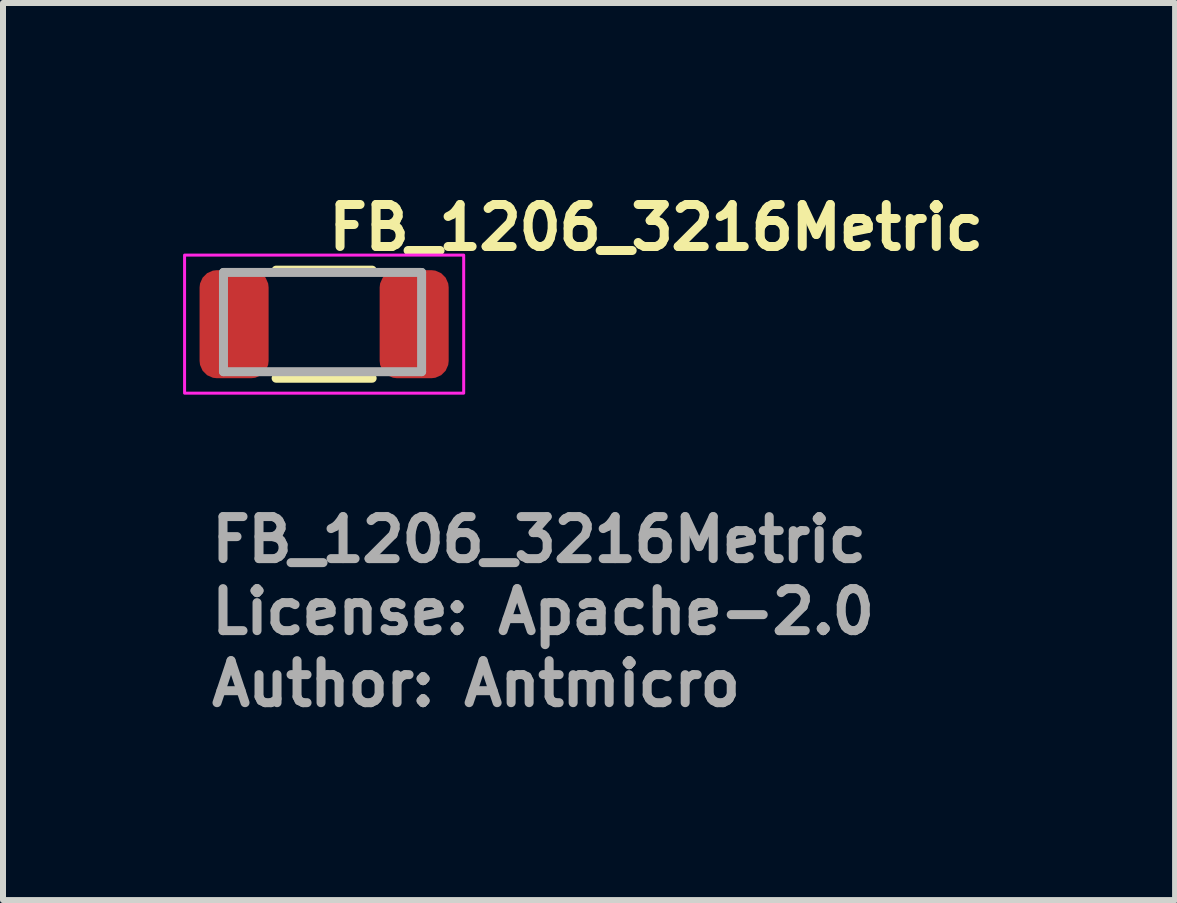
<source format=kicad_pcb>
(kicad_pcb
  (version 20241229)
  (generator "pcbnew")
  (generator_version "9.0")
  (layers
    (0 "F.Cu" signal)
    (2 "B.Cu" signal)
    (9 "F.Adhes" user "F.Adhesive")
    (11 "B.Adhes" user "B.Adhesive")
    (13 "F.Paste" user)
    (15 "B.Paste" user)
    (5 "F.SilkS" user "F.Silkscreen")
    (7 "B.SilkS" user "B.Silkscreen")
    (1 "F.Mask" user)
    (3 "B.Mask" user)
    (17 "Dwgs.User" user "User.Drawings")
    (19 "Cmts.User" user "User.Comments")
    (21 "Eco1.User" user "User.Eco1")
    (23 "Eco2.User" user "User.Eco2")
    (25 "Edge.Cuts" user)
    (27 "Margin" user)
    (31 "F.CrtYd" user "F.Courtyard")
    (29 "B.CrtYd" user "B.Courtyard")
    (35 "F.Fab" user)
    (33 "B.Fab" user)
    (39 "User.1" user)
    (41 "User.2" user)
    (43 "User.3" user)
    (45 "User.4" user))
  (footprint "FB_1206_3216Metric"
    (layer "F.Cu")
    (at 2.35 2.35)
    (property "Reference" "FB_1206_3216Metric" (at 0 -1.2 0) (layer "F.SilkS") (effects (font (size 0.7 0.7) (thickness 0.15)) (justify left bottom)))
    (attr smd)
    (fp_line (start 0.8 -0.899) (end -0.8 -0.899) (stroke (width 0.15) (type solid)) (layer "F.SilkS"))
    (fp_line (start 0.8 0.901) (end -0.8 0.901) (stroke (width 0.15) (type solid)) (layer "F.SilkS"))
    (fp_rect (start -2.325 -1.15) (end 2.325 1.15) (stroke (width 0.05) (type default)) (fill no) (layer "F.CrtYd"))
    (fp_line (start -1.677 -0.861) (end 1.624 -0.861) (stroke (width 0.15) (type solid)) (layer "F.Fab"))
    (fp_line (start -1.677 0.792) (end -1.677 -0.861) (stroke (width 0.15) (type solid)) (layer "F.Fab"))
    (fp_line (start 1.624 -0.861) (end 1.624 0.792) (stroke (width 0.15) (type solid)) (layer "F.Fab"))
    (fp_line (start 1.624 0.792) (end -1.677 0.792) (stroke (width 0.15) (type solid)) (layer "F.Fab"))
    (fp_rect (start -1.589 -0.762) (end 1.588 0.761) (stroke (width 0.1) (type solid)) (fill no) (layer "User.5"))
    (fp_line (start -1.589 -0.762) (end -1.589 -0.653) (stroke (width 0.02) (type solid)) (layer "User.9"))
    (fp_line (start -1.589 -0.762) (end -1.578 -0.762) (stroke (width 0.02) (type solid)) (layer "User.9"))
    (fp_line (start -1.589 -0.654) (end -1.589 -0.653) (stroke (width 0.02) (type solid)) (layer "User.9"))
    (fp_line (start -1.589 -0.653) (end -1.589 -0.762) (stroke (width 0.02) (type solid)) (layer "User.9"))
    (fp_line (start -1.589 -0.653) (end -1.589 -0.653) (stroke (width 0.02) (type solid)) (layer "User.9"))
    (fp_line (start -1.589 -0.653) (end -1.589 -0.653) (stroke (width 0.02) (type solid)) (layer "User.9"))
    (fp_line (start -1.589 -0.653) (end -1.588 -0.652) (stroke (width 0.02) (type solid)) (layer "User.9"))
    (fp_line (start -1.589 -0.25) (end -1.589 -0.653) (stroke (width 0.02) (type solid)) (layer "User.9"))
    (fp_line (start -1.589 -0.25) (end -1.587 -0.252) (stroke (width 0.02) (type solid)) (layer "User.9"))
    (fp_line (start -1.589 0.249) (end -1.587 0.25) (stroke (width 0.02) (type solid)) (layer "User.9"))
    (fp_line (start -1.589 0.249) (end -1.571 0.248) (stroke (width 0.02) (type solid)) (layer "User.9"))
    (fp_line (start -1.589 0.651) (end -1.589 0.652) (stroke (width 0.02) (type solid)) (layer "User.9"))
    (fp_line (start -1.589 0.652) (end -1.589 0.249) (stroke (width 0.02) (type solid)) (layer "User.9"))
    (fp_line (start -1.589 0.652) (end -1.589 0.652) (stroke (width 0.02) (type solid)) (layer "User.9"))
    (fp_line (start -1.589 0.652) (end -1.589 0.652) (stroke (width 0.02) (type solid)) (layer "User.9"))
    (fp_line (start -1.589 0.652) (end -1.589 0.761) (stroke (width 0.02) (type solid)) (layer "User.9"))
    (fp_line (start -1.589 0.652) (end -1.588 0.653) (stroke (width 0.02) (type solid)) (layer "User.9"))
    (fp_line (start -1.589 0.652) (end -1.578 0.652) (stroke (width 0.02) (type solid)) (layer "User.9"))
    (fp_line (start -1.589 0.761) (end -1.589 0.652) (stroke (width 0.02) (type solid)) (layer "User.9"))
    (fp_line (start -1.588 -0.658) (end -1.588 -0.657) (stroke (width 0.02) (type solid)) (layer "User.9"))
    (fp_line (start -1.588 -0.657) (end -1.588 -0.657) (stroke (width 0.02) (type solid)) (layer "User.9"))
    (fp_line (start -1.588 -0.657) (end -1.588 -0.656) (stroke (width 0.02) (type solid)) (layer "User.9"))
    (fp_line (start -1.588 -0.656) (end -1.588 -0.656) (stroke (width 0.02) (type solid)) (layer "User.9"))
    (fp_line (start -1.588 -0.656) (end -1.588 -0.655) (stroke (width 0.02) (type solid)) (layer "User.9"))
    (fp_line (start -1.588 -0.655) (end -1.588 -0.655) (stroke (width 0.02) (type solid)) (layer "User.9"))
    (fp_line (start -1.588 -0.655) (end -1.588 -0.654) (stroke (width 0.02) (type solid)) (layer "User.9"))
    (fp_line (start -1.588 -0.654) (end -1.589 -0.654) (stroke (width 0.02) (type solid)) (layer "User.9"))
    (fp_line (start -1.588 -0.652) (end -1.588 -0.652) (stroke (width 0.02) (type solid)) (layer "User.9"))
    (fp_line (start -1.588 -0.652) (end -1.588 -0.651) (stroke (width 0.02) (type solid)) (layer "User.9"))
    (fp_line (start -1.588 -0.651) (end -1.588 -0.651) (stroke (width 0.02) (type solid)) (layer "User.9"))
    (fp_line (start -1.588 -0.651) (end -1.588 -0.65) (stroke (width 0.02) (type solid)) (layer "User.9"))
    (fp_line (start -1.588 -0.65) (end -1.588 -0.65) (stroke (width 0.02) (type solid)) (layer "User.9"))
    (fp_line (start -1.588 -0.65) (end -1.588 -0.649) (stroke (width 0.02) (type solid)) (layer "User.9"))
    (fp_line (start -1.588 -0.649) (end -1.588 -0.649) (stroke (width 0.02) (type solid)) (layer "User.9"))
    (fp_line (start -1.588 -0.649) (end -1.587 -0.649) (stroke (width 0.02) (type solid)) (layer "User.9"))
    (fp_line (start -1.588 0.647) (end -1.588 0.648) (stroke (width 0.02) (type solid)) (layer "User.9"))
    (fp_line (start -1.588 0.648) (end -1.588 0.648) (stroke (width 0.02) (type solid)) (layer "User.9"))
    (fp_line (start -1.588 0.648) (end -1.588 0.649) (stroke (width 0.02) (type solid)) (layer "User.9"))
    (fp_line (start -1.588 0.649) (end -1.588 0.649) (stroke (width 0.02) (type solid)) (layer "User.9"))
    (fp_line (start -1.588 0.649) (end -1.588 0.65) (stroke (width 0.02) (type solid)) (layer "User.9"))
    (fp_line (start -1.588 0.65) (end -1.588 0.65) (stroke (width 0.02) (type solid)) (layer "User.9"))
    (fp_line (start -1.588 0.65) (end -1.588 0.651) (stroke (width 0.02) (type solid)) (layer "User.9"))
    (fp_line (start -1.588 0.651) (end -1.589 0.651) (stroke (width 0.02) (type solid)) (layer "User.9"))
    (fp_line (start -1.588 0.653) (end -1.588 0.653) (stroke (width 0.02) (type solid)) (layer "User.9"))
    (fp_line (start -1.588 0.653) (end -1.588 0.654) (stroke (width 0.02) (type solid)) (layer "User.9"))
    (fp_line (start -1.588 0.654) (end -1.588 0.654) (stroke (width 0.02) (type solid)) (layer "User.9"))
    (fp_line (start -1.588 0.654) (end -1.588 0.655) (stroke (width 0.02) (type solid)) (layer "User.9"))
    (fp_line (start -1.588 0.655) (end -1.588 0.655) (stroke (width 0.02) (type solid)) (layer "User.9"))
    (fp_line (start -1.588 0.655) (end -1.588 0.656) (stroke (width 0.02) (type solid)) (layer "User.9"))
    (fp_line (start -1.588 0.656) (end -1.588 0.656) (stroke (width 0.02) (type solid)) (layer "User.9"))
    (fp_line (start -1.588 0.656) (end -1.587 0.656) (stroke (width 0.02) (type solid)) (layer "User.9"))
    (fp_line (start -1.587 -0.659) (end -1.587 -0.659) (stroke (width 0.02) (type solid)) (layer "User.9"))
    (fp_line (start -1.587 -0.659) (end -1.587 -0.658) (stroke (width 0.02) (type solid)) (layer "User.9"))
    (fp_line (start -1.587 -0.658) (end -1.588 -0.658) (stroke (width 0.02) (type solid)) (layer "User.9"))
    (fp_line (start -1.587 -0.658) (end -1.587 -0.658) (stroke (width 0.02) (type solid)) (layer "User.9"))
    (fp_line (start -1.587 -0.649) (end -1.587 -0.648) (stroke (width 0.02) (type solid)) (layer "User.9"))
    (fp_line (start -1.587 -0.648) (end -1.587 -0.648) (stroke (width 0.02) (type solid)) (layer "User.9"))
    (fp_line (start -1.587 -0.648) (end -1.587 -0.647) (stroke (width 0.02) (type solid)) (layer "User.9"))
    (fp_line (start -1.587 -0.647) (end -1.586 -0.647) (stroke (width 0.02) (type solid)) (layer "User.9"))
    (fp_line (start -1.587 -0.252) (end -1.589 -0.25) (stroke (width 0.02) (type solid)) (layer "User.9"))
    (fp_line (start -1.587 -0.252) (end -1.585 -0.254) (stroke (width 0.02) (type solid)) (layer "User.9"))
    (fp_line (start -1.587 0.25) (end -1.589 0.249) (stroke (width 0.02) (type solid)) (layer "User.9"))
    (fp_line (start -1.587 0.25) (end -1.585 0.252) (stroke (width 0.02) (type solid)) (layer "User.9"))
    (fp_line (start -1.587 0.646) (end -1.587 0.646) (stroke (width 0.02) (type solid)) (layer "User.9"))
    (fp_line (start -1.587 0.646) (end -1.587 0.647) (stroke (width 0.02) (type solid)) (layer "User.9"))
    (fp_line (start -1.587 0.647) (end -1.588 0.647) (stroke (width 0.02) (type solid)) (layer "User.9"))
    (fp_line (start -1.587 0.647) (end -1.587 0.647) (stroke (width 0.02) (type solid)) (layer "User.9"))
    (fp_line (start -1.587 0.656) (end -1.587 0.657) (stroke (width 0.02) (type solid)) (layer "User.9"))
    (fp_line (start -1.587 0.657) (end -1.587 0.657) (stroke (width 0.02) (type solid)) (layer "User.9"))
    (fp_line (start -1.587 0.657) (end -1.587 0.658) (stroke (width 0.02) (type solid)) (layer "User.9"))
    (fp_line (start -1.587 0.658) (end -1.586 0.658) (stroke (width 0.02) (type solid)) (layer "User.9"))
    (fp_line (start -1.586 -0.66) (end -1.587 -0.659) (stroke (width 0.02) (type solid)) (layer "User.9"))
    (fp_line (start -1.586 -0.66) (end -1.586 -0.66) (stroke (width 0.02) (type solid)) (layer "User.9"))
    (fp_line (start -1.586 -0.66) (end -1.586 -0.66) (stroke (width 0.02) (type solid)) (layer "User.9"))
    (fp_line (start -1.586 -0.647) (end -1.586 -0.647) (stroke (width 0.02) (type solid)) (layer "User.9"))
    (fp_line (start -1.586 -0.647) (end -1.586 -0.646) (stroke (width 0.02) (type solid)) (layer "User.9"))
    (fp_line (start -1.586 -0.646) (end -1.585 -0.646) (stroke (width 0.02) (type solid)) (layer "User.9"))
    (fp_line (start -1.586 0.645) (end -1.587 0.646) (stroke (width 0.02) (type solid)) (layer "User.9"))
    (fp_line (start -1.586 0.645) (end -1.586 0.645) (stroke (width 0.02) (type solid)) (layer "User.9"))
    (fp_line (start -1.586 0.645) (end -1.586 0.645) (stroke (width 0.02) (type solid)) (layer "User.9"))
    (fp_line (start -1.586 0.658) (end -1.586 0.658) (stroke (width 0.02) (type solid)) (layer "User.9"))
    (fp_line (start -1.586 0.658) (end -1.586 0.659) (stroke (width 0.02) (type solid)) (layer "User.9"))
    (fp_line (start -1.586 0.659) (end -1.585 0.659) (stroke (width 0.02) (type solid)) (layer "User.9"))
    (fp_line (start -1.585 -0.661) (end -1.586 -0.66) (stroke (width 0.02) (type solid)) (layer "User.9"))
    (fp_line (start -1.585 -0.661) (end -1.585 -0.661) (stroke (width 0.02) (type solid)) (layer "User.9"))
    (fp_line (start -1.585 -0.661) (end -1.585 -0.661) (stroke (width 0.02) (type solid)) (layer "User.9"))
    (fp_line (start -1.585 -0.646) (end -1.585 -0.646) (stroke (width 0.02) (type solid)) (layer "User.9"))
    (fp_line (start -1.585 -0.646) (end -1.585 -0.645) (stroke (width 0.02) (type solid)) (layer "User.9"))
    (fp_line (start -1.585 -0.645) (end -1.583 -0.645) (stroke (width 0.02) (type solid)) (layer "User.9"))
    (fp_line (start -1.585 -0.254) (end -1.587 -0.252) (stroke (width 0.02) (type solid)) (layer "User.9"))
    (fp_line (start -1.585 -0.254) (end -1.581 -0.258) (stroke (width 0.02) (type solid)) (layer "User.9"))
    (fp_line (start -1.585 0.252) (end -1.587 0.25) (stroke (width 0.02) (type solid)) (layer "User.9"))
    (fp_line (start -1.585 0.252) (end -1.581 0.254) (stroke (width 0.02) (type solid)) (layer "User.9"))
    (fp_line (start -1.585 0.644) (end -1.586 0.645) (stroke (width 0.02) (type solid)) (layer "User.9"))
    (fp_line (start -1.585 0.644) (end -1.585 0.644) (stroke (width 0.02) (type solid)) (layer "User.9"))
    (fp_line (start -1.585 0.644) (end -1.585 0.644) (stroke (width 0.02) (type solid)) (layer "User.9"))
    (fp_line (start -1.585 0.659) (end -1.585 0.659) (stroke (width 0.02) (type solid)) (layer "User.9"))
    (fp_line (start -1.585 0.659) (end -1.585 0.66) (stroke (width 0.02) (type solid)) (layer "User.9"))
    (fp_line (start -1.585 0.66) (end -1.583 0.66) (stroke (width 0.02) (type solid)) (layer "User.9"))
    (fp_line (start -1.583 -0.662) (end -1.585 -0.661) (stroke (width 0.02) (type solid)) (layer "User.9"))
    (fp_line (start -1.583 -0.662) (end -1.583 -0.662) (stroke (width 0.02) (type solid)) (layer "User.9"))
    (fp_line (start -1.583 -0.645) (end -1.583 -0.645) (stroke (width 0.02) (type solid)) (layer "User.9"))
    (fp_line (start -1.583 -0.645) (end -1.582 -0.645) (stroke (width 0.02) (type solid)) (layer "User.9"))
    (fp_line (start -1.583 0.643) (end -1.585 0.644) (stroke (width 0.02) (type solid)) (layer "User.9"))
    (fp_line (start -1.583 0.643) (end -1.583 0.643) (stroke (width 0.02) (type solid)) (layer "User.9"))
    (fp_line (start -1.583 0.66) (end -1.583 0.66) (stroke (width 0.02) (type solid)) (layer "User.9"))
    (fp_line (start -1.583 0.66) (end -1.582 0.66) (stroke (width 0.02) (type solid)) (layer "User.9"))
    (fp_line (start -1.582 -0.662) (end -1.583 -0.662) (stroke (width 0.02) (type solid)) (layer "User.9"))
    (fp_line (start -1.582 -0.662) (end -1.582 -0.662) (stroke (width 0.02) (type solid)) (layer "User.9"))
    (fp_line (start -1.582 -0.645) (end -1.582 -0.644) (stroke (width 0.02) (type solid)) (layer "User.9"))
    (fp_line (start -1.582 -0.644) (end -1.581 -0.644) (stroke (width 0.02) (type solid)) (layer "User.9"))
    (fp_line (start -1.582 0.643) (end -1.583 0.643) (stroke (width 0.02) (type solid)) (layer "User.9"))
    (fp_line (start -1.582 0.643) (end -1.582 0.643) (stroke (width 0.02) (type solid)) (layer "User.9"))
    (fp_line (start -1.582 0.66) (end -1.582 0.661) (stroke (width 0.02) (type solid)) (layer "User.9"))
    (fp_line (start -1.582 0.661) (end -1.581 0.661) (stroke (width 0.02) (type solid)) (layer "User.9"))
    (fp_line (start -1.581 -0.663) (end -1.582 -0.662) (stroke (width 0.02) (type solid)) (layer "User.9"))
    (fp_line (start -1.581 -0.663) (end -1.581 -0.663) (stroke (width 0.02) (type solid)) (layer "User.9"))
    (fp_line (start -1.581 -0.663) (end -1.581 -0.663) (stroke (width 0.02) (type solid)) (layer "User.9"))
    (fp_line (start -1.581 -0.644) (end -1.581 -0.644) (stroke (width 0.02) (type solid)) (layer "User.9"))
    (fp_line (start -1.581 -0.644) (end -1.581 -0.644) (stroke (width 0.02) (type solid)) (layer "User.9"))
    (fp_line (start -1.581 -0.644) (end -1.58 -0.644) (stroke (width 0.02) (type solid)) (layer "User.9"))
    (fp_line (start -1.581 -0.258) (end -1.578 -0.262) (stroke (width 0.02) (type solid)) (layer "User.9"))
    (fp_line (start -1.581 0.254) (end -1.578 0.258) (stroke (width 0.02) (type solid)) (layer "User.9"))
    (fp_line (start -1.581 0.642) (end -1.582 0.643) (stroke (width 0.02) (type solid)) (layer "User.9"))
    (fp_line (start -1.581 0.642) (end -1.581 0.642) (stroke (width 0.02) (type solid)) (layer "User.9"))
    (fp_line (start -1.581 0.642) (end -1.581 0.642) (stroke (width 0.02) (type solid)) (layer "User.9"))
    (fp_line (start -1.581 0.661) (end -1.581 0.661) (stroke (width 0.02) (type solid)) (layer "User.9"))
    (fp_line (start -1.581 0.661) (end -1.581 0.661) (stroke (width 0.02) (type solid)) (layer "User.9"))
    (fp_line (start -1.581 0.661) (end -1.58 0.661) (stroke (width 0.02) (type solid)) (layer "User.9"))
    (fp_line (start -1.58 -0.663) (end -1.581 -0.663) (stroke (width 0.02) (type solid)) (layer "User.9"))
    (fp_line (start -1.58 -0.663) (end -1.58 -0.663) (stroke (width 0.02) (type solid)) (layer "User.9"))
    (fp_line (start -1.58 -0.644) (end -1.58 -0.644) (stroke (width 0.02) (type solid)) (layer "User.9"))
    (fp_line (start -1.58 -0.644) (end -1.579 -0.643) (stroke (width 0.02) (type solid)) (layer "User.9"))
    (fp_line (start -1.58 0.642) (end -1.581 0.642) (stroke (width 0.02) (type solid)) (layer "User.9"))
    (fp_line (start -1.58 0.642) (end -1.58 0.642) (stroke (width 0.02) (type solid)) (layer "User.9"))
    (fp_line (start -1.58 0.661) (end -1.58 0.661) (stroke (width 0.02) (type solid)) (layer "User.9"))
    (fp_line (start -1.58 0.661) (end -1.579 0.662) (stroke (width 0.02) (type solid)) (layer "User.9"))
    (fp_line (start -1.579 -0.663) (end -1.58 -0.663) (stroke (width 0.02) (type solid)) (layer "User.9"))
    (fp_line (start -1.579 -0.663) (end -1.579 -0.663) (stroke (width 0.02) (type solid)) (layer "User.9"))
    (fp_line (start -1.579 -0.643) (end -1.579 -0.643) (stroke (width 0.02) (type solid)) (layer "User.9"))
    (fp_line (start -1.579 -0.643) (end -1.578 -0.643) (stroke (width 0.02) (type solid)) (layer "User.9"))
    (fp_line (start -1.579 -0.25) (end -1.589 -0.25) (stroke (width 0.02) (type solid)) (layer "User.9"))
    (fp_line (start -1.579 0.642) (end -1.58 0.642) (stroke (width 0.02) (type solid)) (layer "User.9"))
    (fp_line (start -1.579 0.642) (end -1.579 0.642) (stroke (width 0.02) (type solid)) (layer "User.9"))
    (fp_line (start -1.579 0.662) (end -1.579 0.662) (stroke (width 0.02) (type solid)) (layer "User.9"))
    (fp_line (start -1.579 0.662) (end -1.578 0.662) (stroke (width 0.02) (type solid)) (layer "User.9"))
    (fp_line (start -1.578 -0.762) (end -1.538 -0.762) (stroke (width 0.02) (type solid)) (layer "User.9"))
    (fp_line (start -1.578 -0.663) (end -1.579 -0.663) (stroke (width 0.02) (type solid)) (layer "User.9"))
    (fp_line (start -1.578 -0.663) (end -1.578 -0.663) (stroke (width 0.02) (type solid)) (layer "User.9"))
    (fp_line (start -1.578 -0.663) (end -1.578 -0.663) (stroke (width 0.02) (type solid)) (layer "User.9"))
    (fp_line (start -1.578 -0.663) (end -1.578 -0.653) (stroke (width 0.02) (type solid)) (layer "User.9"))
    (fp_line (start -1.578 -0.663) (end -0.929 -0.663) (stroke (width 0.02) (type solid)) (layer "User.9"))
    (fp_line (start -1.578 -0.653) (end -1.589 -0.653) (stroke (width 0.02) (type solid)) (layer "User.9"))
    (fp_line (start -1.578 -0.643) (end -1.578 -0.643) (stroke (width 0.02) (type solid)) (layer "User.9"))
    (fp_line (start -1.578 -0.643) (end -1.578 -0.643) (stroke (width 0.02) (type solid)) (layer "User.9"))
    (fp_line (start -1.578 -0.643) (end -1.577 -0.643) (stroke (width 0.02) (type solid)) (layer "User.9"))
    (fp_line (start -1.578 -0.262) (end -1.585 -0.254) (stroke (width 0.02) (type solid)) (layer "User.9"))
    (fp_line (start -1.578 0.258) (end -1.585 0.252) (stroke (width 0.02) (type solid)) (layer "User.9"))
    (fp_line (start -1.578 0.642) (end -1.579 0.642) (stroke (width 0.02) (type solid)) (layer "User.9"))
    (fp_line (start -1.578 0.642) (end -1.578 0.642) (stroke (width 0.02) (type solid)) (layer "User.9"))
    (fp_line (start -1.578 0.642) (end -1.578 0.642) (stroke (width 0.02) (type solid)) (layer "User.9"))
    (fp_line (start -1.578 0.652) (end -1.578 0.662) (stroke (width 0.02) (type solid)) (layer "User.9"))
    (fp_line (start -1.578 0.662) (end -1.578 0.662) (stroke (width 0.02) (type solid)) (layer "User.9"))
    (fp_line (start -1.578 0.662) (end -1.578 0.662) (stroke (width 0.02) (type solid)) (layer "User.9"))
    (fp_line (start -1.578 0.662) (end -1.577 0.662) (stroke (width 0.02) (type solid)) (layer "User.9"))
    (fp_line (start -1.578 0.761) (end -1.589 0.761) (stroke (width 0.02) (type solid)) (layer "User.9"))
    (fp_line (start -1.577 -0.663) (end -1.578 -0.663) (stroke (width 0.02) (type solid)) (layer "User.9"))
    (fp_line (start -1.577 -0.663) (end -1.577 -0.663) (stroke (width 0.02) (type solid)) (layer "User.9"))
    (fp_line (start -1.577 -0.643) (end -1.577 -0.643) (stroke (width 0.02) (type solid)) (layer "User.9"))
    (fp_line (start -1.577 -0.643) (end -1.576 -0.643) (stroke (width 0.02) (type solid)) (layer "User.9"))
    (fp_line (start -1.577 0.642) (end -1.578 0.642) (stroke (width 0.02) (type solid)) (layer "User.9"))
    (fp_line (start -1.577 0.642) (end -1.577 0.642) (stroke (width 0.02) (type solid)) (layer "User.9"))
    (fp_line (start -1.577 0.662) (end -1.577 0.662) (stroke (width 0.02) (type solid)) (layer "User.9"))
    (fp_line (start -1.577 0.662) (end -1.576 0.662) (stroke (width 0.02) (type solid)) (layer "User.9"))
    (fp_line (start -1.576 -0.663) (end -1.577 -0.663) (stroke (width 0.02) (type solid)) (layer "User.9"))
    (fp_line (start -1.576 -0.663) (end -1.576 -0.663) (stroke (width 0.02) (type solid)) (layer "User.9"))
    (fp_line (start -1.576 -0.644) (end -1.575 -0.644) (stroke (width 0.02) (type solid)) (layer "User.9"))
    (fp_line (start -1.576 -0.643) (end -1.576 -0.644) (stroke (width 0.02) (type solid)) (layer "User.9"))
    (fp_line (start -1.576 0.642) (end -1.577 0.642) (stroke (width 0.02) (type solid)) (layer "User.9"))
    (fp_line (start -1.576 0.642) (end -1.576 0.642) (stroke (width 0.02) (type solid)) (layer "User.9"))
    (fp_line (start -1.576 0.661) (end -1.575 0.661) (stroke (width 0.02) (type solid)) (layer "User.9"))
    (fp_line (start -1.576 0.662) (end -1.576 0.661) (stroke (width 0.02) (type solid)) (layer "User.9"))
    (fp_line (start -1.575 -0.663) (end -1.576 -0.663) (stroke (width 0.02) (type solid)) (layer "User.9"))
    (fp_line (start -1.575 -0.663) (end -1.575 -0.663) (stroke (width 0.02) (type solid)) (layer "User.9"))
    (fp_line (start -1.575 -0.644) (end -1.575 -0.644) (stroke (width 0.02) (type solid)) (layer "User.9"))
    (fp_line (start -1.575 -0.644) (end -1.574 -0.644) (stroke (width 0.02) (type solid)) (layer "User.9"))
    (fp_line (start -1.575 0.642) (end -1.576 0.642) (stroke (width 0.02) (type solid)) (layer "User.9"))
    (fp_line (start -1.575 0.642) (end -1.575 0.642) (stroke (width 0.02) (type solid)) (layer "User.9"))
    (fp_line (start -1.575 0.661) (end -1.575 0.661) (stroke (width 0.02) (type solid)) (layer "User.9"))
    (fp_line (start -1.575 0.661) (end -1.574 0.661) (stroke (width 0.02) (type solid)) (layer "User.9"))
    (fp_line (start -1.574 -0.663) (end -1.575 -0.663) (stroke (width 0.02) (type solid)) (layer "User.9"))
    (fp_line (start -1.574 -0.663) (end -1.574 -0.663) (stroke (width 0.02) (type solid)) (layer "User.9"))
    (fp_line (start -1.574 -0.644) (end -1.574 -0.644) (stroke (width 0.02) (type solid)) (layer "User.9"))
    (fp_line (start -1.574 -0.644) (end -1.573 -0.644) (stroke (width 0.02) (type solid)) (layer "User.9"))
    (fp_line (start -1.574 0.642) (end -1.575 0.642) (stroke (width 0.02) (type solid)) (layer "User.9"))
    (fp_line (start -1.574 0.642) (end -1.574 0.642) (stroke (width 0.02) (type solid)) (layer "User.9"))
    (fp_line (start -1.574 0.661) (end -1.574 0.661) (stroke (width 0.02) (type solid)) (layer "User.9"))
    (fp_line (start -1.574 0.661) (end -1.573 0.661) (stroke (width 0.02) (type solid)) (layer "User.9"))
    (fp_line (start -1.573 -0.662) (end -1.574 -0.663) (stroke (width 0.02) (type solid)) (layer "User.9"))
    (fp_line (start -1.573 -0.662) (end -1.573 -0.662) (stroke (width 0.02) (type solid)) (layer "User.9"))
    (fp_line (start -1.573 -0.645) (end -1.572 -0.645) (stroke (width 0.02) (type solid)) (layer "User.9"))
    (fp_line (start -1.573 -0.644) (end -1.573 -0.645) (stroke (width 0.02) (type solid)) (layer "User.9"))
    (fp_line (start -1.573 0.643) (end -1.574 0.642) (stroke (width 0.02) (type solid)) (layer "User.9"))
    (fp_line (start -1.573 0.643) (end -1.573 0.643) (stroke (width 0.02) (type solid)) (layer "User.9"))
    (fp_line (start -1.573 0.66) (end -1.572 0.66) (stroke (width 0.02) (type solid)) (layer "User.9"))
    (fp_line (start -1.573 0.661) (end -1.573 0.66) (stroke (width 0.02) (type solid)) (layer "User.9"))
    (fp_line (start -1.572 -0.662) (end -1.573 -0.662) (stroke (width 0.02) (type solid)) (layer "User.9"))
    (fp_line (start -1.572 -0.662) (end -1.572 -0.662) (stroke (width 0.02) (type solid)) (layer "User.9"))
    (fp_line (start -1.572 -0.661) (end -1.572 -0.662) (stroke (width 0.02) (type solid)) (layer "User.9"))
    (fp_line (start -1.572 -0.645) (end -1.572 -0.645) (stroke (width 0.02) (type solid)) (layer "User.9"))
    (fp_line (start -1.572 -0.645) (end -1.572 -0.645) (stroke (width 0.02) (type solid)) (layer "User.9"))
    (fp_line (start -1.572 -0.645) (end -1.571 -0.646) (stroke (width 0.02) (type solid)) (layer "User.9"))
    (fp_line (start -1.572 0.643) (end -1.573 0.643) (stroke (width 0.02) (type solid)) (layer "User.9"))
    (fp_line (start -1.572 0.643) (end -1.572 0.643) (stroke (width 0.02) (type solid)) (layer "User.9"))
    (fp_line (start -1.572 0.644) (end -1.572 0.643) (stroke (width 0.02) (type solid)) (layer "User.9"))
    (fp_line (start -1.572 0.66) (end -1.572 0.66) (stroke (width 0.02) (type solid)) (layer "User.9"))
    (fp_line (start -1.572 0.66) (end -1.572 0.66) (stroke (width 0.02) (type solid)) (layer "User.9"))
    (fp_line (start -1.572 0.66) (end -1.571 0.659) (stroke (width 0.02) (type solid)) (layer "User.9"))
    (fp_line (start -1.571 -0.661) (end -1.572 -0.661) (stroke (width 0.02) (type solid)) (layer "User.9"))
    (fp_line (start -1.571 -0.661) (end -1.571 -0.661) (stroke (width 0.02) (type solid)) (layer "User.9"))
    (fp_line (start -1.571 -0.646) (end -1.571 -0.646) (stroke (width 0.02) (type solid)) (layer "User.9"))
    (fp_line (start -1.571 -0.646) (end -1.57 -0.646) (stroke (width 0.02) (type solid)) (layer "User.9"))
    (fp_line (start -1.571 -0.25) (end -1.579 -0.25) (stroke (width 0.02) (type solid)) (layer "User.9"))
    (fp_line (start -1.571 0.248) (end -1.555 0.247) (stroke (width 0.02) (type solid)) (layer "User.9"))
    (fp_line (start -1.571 0.644) (end -1.572 0.644) (stroke (width 0.02) (type solid)) (layer "User.9"))
    (fp_line (start -1.571 0.644) (end -1.571 0.644) (stroke (width 0.02) (type solid)) (layer "User.9"))
    (fp_line (start -1.571 0.659) (end -1.571 0.659) (stroke (width 0.02) (type solid)) (layer "User.9"))
    (fp_line (start -1.571 0.659) (end -1.57 0.659) (stroke (width 0.02) (type solid)) (layer "User.9"))
    (fp_line (start -1.57 -0.66) (end -1.571 -0.661) (stroke (width 0.02) (type solid)) (layer "User.9"))
    (fp_line (start -1.57 -0.66) (end -1.57 -0.66) (stroke (width 0.02) (type solid)) (layer "User.9"))
    (fp_line (start -1.57 -0.66) (end -1.57 -0.66) (stroke (width 0.02) (type solid)) (layer "User.9"))
    (fp_line (start -1.57 -0.659) (end -1.57 -0.66) (stroke (width 0.02) (type solid)) (layer "User.9"))
    (fp_line (start -1.57 -0.647) (end -1.57 -0.647) (stroke (width 0.02) (type solid)) (layer "User.9"))
    (fp_line (start -1.57 -0.647) (end -1.57 -0.647) (stroke (width 0.02) (type solid)) (layer "User.9"))
    (fp_line (start -1.57 -0.647) (end -1.569 -0.648) (stroke (width 0.02) (type solid)) (layer "User.9"))
    (fp_line (start -1.57 -0.646) (end -1.57 -0.647) (stroke (width 0.02) (type solid)) (layer "User.9"))
    (fp_line (start -1.57 0.645) (end -1.571 0.644) (stroke (width 0.02) (type solid)) (layer "User.9"))
    (fp_line (start -1.57 0.645) (end -1.57 0.645) (stroke (width 0.02) (type solid)) (layer "User.9"))
    (fp_line (start -1.57 0.645) (end -1.57 0.645) (stroke (width 0.02) (type solid)) (layer "User.9"))
    (fp_line (start -1.57 0.646) (end -1.57 0.645) (stroke (width 0.02) (type solid)) (layer "User.9"))
    (fp_line (start -1.57 0.658) (end -1.57 0.658) (stroke (width 0.02) (type solid)) (layer "User.9"))
    (fp_line (start -1.57 0.658) (end -1.57 0.658) (stroke (width 0.02) (type solid)) (layer "User.9"))
    (fp_line (start -1.57 0.658) (end -1.569 0.657) (stroke (width 0.02) (type solid)) (layer "User.9"))
    (fp_line (start -1.57 0.659) (end -1.57 0.658) (stroke (width 0.02) (type solid)) (layer "User.9"))
    (fp_line (start -1.569 -0.659) (end -1.57 -0.659) (stroke (width 0.02) (type solid)) (layer "User.9"))
    (fp_line (start -1.569 -0.658) (end -1.569 -0.659) (stroke (width 0.02) (type solid)) (layer "User.9"))
    (fp_line (start -1.569 -0.658) (end -1.569 -0.658) (stroke (width 0.02) (type solid)) (layer "User.9"))
    (fp_line (start -1.569 -0.658) (end -1.569 -0.658) (stroke (width 0.02) (type solid)) (layer "User.9"))
    (fp_line (start -1.569 -0.649) (end -1.569 -0.649) (stroke (width 0.02) (type solid)) (layer "User.9"))
    (fp_line (start -1.569 -0.649) (end -1.568 -0.649) (stroke (width 0.02) (type solid)) (layer "User.9"))
    (fp_line (start -1.569 -0.648) (end -1.569 -0.649) (stroke (width 0.02) (type solid)) (layer "User.9"))
    (fp_line (start -1.569 -0.648) (end -1.569 -0.648) (stroke (width 0.02) (type solid)) (layer "User.9"))
    (fp_line (start -1.569 0.646) (end -1.57 0.646) (stroke (width 0.02) (type solid)) (layer "User.9"))
    (fp_line (start -1.569 0.647) (end -1.569 0.646) (stroke (width 0.02) (type solid)) (layer "User.9"))
    (fp_line (start -1.569 0.647) (end -1.569 0.647) (stroke (width 0.02) (type solid)) (layer "User.9"))
    (fp_line (start -1.569 0.647) (end -1.569 0.647) (stroke (width 0.02) (type solid)) (layer "User.9"))
    (fp_line (start -1.569 0.656) (end -1.569 0.656) (stroke (width 0.02) (type solid)) (layer "User.9"))
    (fp_line (start -1.569 0.656) (end -1.568 0.656) (stroke (width 0.02) (type solid)) (layer "User.9"))
    (fp_line (start -1.569 0.657) (end -1.569 0.656) (stroke (width 0.02) (type solid)) (layer "User.9"))
    (fp_line (start -1.569 0.657) (end -1.569 0.657) (stroke (width 0.02) (type solid)) (layer "User.9"))
    (fp_line (start -1.568 -0.657) (end -1.569 -0.658) (stroke (width 0.02) (type solid)) (layer "User.9"))
    (fp_line (start -1.568 -0.657) (end -1.568 -0.657) (stroke (width 0.02) (type solid)) (layer "User.9"))
    (fp_line (start -1.568 -0.656) (end -1.568 -0.657) (stroke (width 0.02) (type solid)) (layer "User.9"))
    (fp_line (start -1.568 -0.656) (end -1.568 -0.656) (stroke (width 0.02) (type solid)) (layer "User.9"))
    (fp_line (start -1.568 -0.655) (end -1.568 -0.656) (stroke (width 0.02) (type solid)) (layer "User.9"))
    (fp_line (start -1.568 -0.655) (end -1.568 -0.655) (stroke (width 0.02) (type solid)) (layer "User.9"))
    (fp_line (start -1.568 -0.654) (end -1.568 -0.655) (stroke (width 0.02) (type solid)) (layer "User.9"))
    (fp_line (start -1.568 -0.654) (end -1.568 -0.654) (stroke (width 0.02) (type solid)) (layer "User.9"))
    (fp_line (start -1.568 -0.653) (end -1.568 -0.654) (stroke (width 0.02) (type solid)) (layer "User.9"))
    (fp_line (start -1.568 -0.653) (end -1.568 -0.653) (stroke (width 0.02) (type solid)) (layer "User.9"))
    (fp_line (start -1.568 -0.653) (end -1.568 -0.653) (stroke (width 0.02) (type solid)) (layer "User.9"))
    (fp_line (start -1.568 -0.653) (end -1.568 -0.653) (stroke (width 0.02) (type solid)) (layer "User.9"))
    (fp_line (start -1.568 -0.652) (end -1.568 -0.653) (stroke (width 0.02) (type solid)) (layer "User.9"))
    (fp_line (start -1.568 -0.652) (end -1.568 -0.652) (stroke (width 0.02) (type solid)) (layer "User.9"))
    (fp_line (start -1.568 -0.651) (end -1.568 -0.652) (stroke (width 0.02) (type solid)) (layer "User.9"))
    (fp_line (start -1.568 -0.651) (end -1.568 -0.651) (stroke (width 0.02) (type solid)) (layer "User.9"))
    (fp_line (start -1.568 -0.65) (end -1.568 -0.651) (stroke (width 0.02) (type solid)) (layer "User.9"))
    (fp_line (start -1.568 -0.65) (end -1.568 -0.65) (stroke (width 0.02) (type solid)) (layer "User.9"))
    (fp_line (start -1.568 -0.649) (end -1.568 -0.65) (stroke (width 0.02) (type solid)) (layer "User.9"))
    (fp_line (start -1.568 0.648) (end -1.569 0.647) (stroke (width 0.02) (type solid)) (layer "User.9"))
    (fp_line (start -1.568 0.648) (end -1.568 0.648) (stroke (width 0.02) (type solid)) (layer "User.9"))
    (fp_line (start -1.568 0.649) (end -1.568 0.648) (stroke (width 0.02) (type solid)) (layer "User.9"))
    (fp_line (start -1.568 0.649) (end -1.568 0.649) (stroke (width 0.02) (type solid)) (layer "User.9"))
    (fp_line (start -1.568 0.65) (end -1.568 0.649) (stroke (width 0.02) (type solid)) (layer "User.9"))
    (fp_line (start -1.568 0.65) (end -1.568 0.65) (stroke (width 0.02) (type solid)) (layer "User.9"))
    (fp_line (start -1.568 0.651) (end -1.568 0.65) (stroke (width 0.02) (type solid)) (layer "User.9"))
    (fp_line (start -1.568 0.651) (end -1.568 0.651) (stroke (width 0.02) (type solid)) (layer "User.9"))
    (fp_line (start -1.568 0.652) (end -1.568 0.651) (stroke (width 0.02) (type solid)) (layer "User.9"))
    (fp_line (start -1.568 0.652) (end -1.568 0.652) (stroke (width 0.02) (type solid)) (layer "User.9"))
    (fp_line (start -1.568 0.652) (end -1.568 0.652) (stroke (width 0.02) (type solid)) (layer "User.9"))
    (fp_line (start -1.568 0.652) (end -1.568 0.652) (stroke (width 0.02) (type solid)) (layer "User.9"))
    (fp_line (start -1.568 0.653) (end -1.568 0.652) (stroke (width 0.02) (type solid)) (layer "User.9"))
    (fp_line (start -1.568 0.653) (end -1.568 0.653) (stroke (width 0.02) (type solid)) (layer "User.9"))
    (fp_line (start -1.568 0.654) (end -1.568 0.653) (stroke (width 0.02) (type solid)) (layer "User.9"))
    (fp_line (start -1.568 0.654) (end -1.568 0.654) (stroke (width 0.02) (type solid)) (layer "User.9"))
    (fp_line (start -1.568 0.655) (end -1.568 0.654) (stroke (width 0.02) (type solid)) (layer "User.9"))
    (fp_line (start -1.568 0.655) (end -1.568 0.655) (stroke (width 0.02) (type solid)) (layer "User.9"))
    (fp_line (start -1.568 0.656) (end -1.568 0.655) (stroke (width 0.02) (type solid)) (layer "User.9"))
    (fp_line (start -1.564 -0.25) (end -1.571 -0.25) (stroke (width 0.02) (type solid)) (layer "User.9"))
    (fp_line (start -1.555 -0.249) (end -1.564 -0.25) (stroke (width 0.02) (type solid)) (layer "User.9"))
    (fp_line (start -1.555 0.247) (end -1.538 0.244) (stroke (width 0.02) (type solid)) (layer "User.9"))
    (fp_line (start -1.546 -0.248) (end -1.555 -0.249) (stroke (width 0.02) (type solid)) (layer "User.9"))
    (fp_line (start -1.538 -0.762) (end -1.538 -0.663) (stroke (width 0.02) (type solid)) (layer "User.9"))
    (fp_line (start -1.538 -0.762) (end -1.538 -0.663) (stroke (width 0.02) (type solid)) (layer "User.9"))
    (fp_line (start -1.538 -0.246) (end -1.546 -0.248) (stroke (width 0.02) (type solid)) (layer "User.9"))
    (fp_line (start -1.538 0.244) (end -1.522 0.24) (stroke (width 0.02) (type solid)) (layer "User.9"))
    (fp_line (start -1.538 0.662) (end -1.538 0.761) (stroke (width 0.02) (type solid)) (layer "User.9"))
    (fp_line (start -1.538 0.662) (end -1.538 0.761) (stroke (width 0.02) (type solid)) (layer "User.9"))
    (fp_line (start -1.538 0.761) (end -1.578 0.761) (stroke (width 0.02) (type solid)) (layer "User.9"))
    (fp_line (start -1.538 0.761) (end 1.536 0.761) (stroke (width 0.02) (type solid)) (layer "User.9"))
    (fp_line (start -1.53 -0.245) (end -1.538 -0.246) (stroke (width 0.02) (type solid)) (layer "User.9"))
    (fp_line (start -1.522 -0.243) (end -1.53 -0.245) (stroke (width 0.02) (type solid)) (layer "User.9"))
    (fp_line (start -1.522 0.24) (end -1.506 0.235) (stroke (width 0.02) (type solid)) (layer "User.9"))
    (fp_line (start -1.514 -0.241) (end -1.522 -0.243) (stroke (width 0.02) (type solid)) (layer "User.9"))
    (fp_line (start -1.506 -0.239) (end -1.514 -0.241) (stroke (width 0.02) (type solid)) (layer "User.9"))
    (fp_line (start -1.506 0.235) (end -1.492 0.23) (stroke (width 0.02) (type solid)) (layer "User.9"))
    (fp_line (start -1.5 -0.236) (end -1.506 -0.239) (stroke (width 0.02) (type solid)) (layer "User.9"))
    (fp_line (start -1.492 -0.233) (end -1.5 -0.236) (stroke (width 0.02) (type solid)) (layer "User.9"))
    (fp_line (start -1.492 0.23) (end -1.478 0.223) (stroke (width 0.02) (type solid)) (layer "User.9"))
    (fp_line (start -1.484 -0.23) (end -1.492 -0.233) (stroke (width 0.02) (type solid)) (layer "User.9"))
    (fp_line (start -1.478 -0.225) (end -1.484 -0.23) (stroke (width 0.02) (type solid)) (layer "User.9"))
    (fp_line (start -1.478 0.223) (end -1.464 0.214) (stroke (width 0.02) (type solid)) (layer "User.9"))
    (fp_line (start -1.47 -0.222) (end -1.478 -0.225) (stroke (width 0.02) (type solid)) (layer "User.9"))
    (fp_line (start -1.464 -0.218) (end -1.47 -0.222) (stroke (width 0.02) (type solid)) (layer "User.9"))
    (fp_line (start -1.464 0.214) (end -1.449 0.206) (stroke (width 0.02) (type solid)) (layer "User.9"))
    (fp_line (start -1.457 -0.214) (end -1.464 -0.218) (stroke (width 0.02) (type solid)) (layer "User.9"))
    (fp_line (start -1.449 -0.21) (end -1.457 -0.214) (stroke (width 0.02) (type solid)) (layer "User.9"))
    (fp_line (start -1.449 0.206) (end -1.436 0.197) (stroke (width 0.02) (type solid)) (layer "User.9"))
    (fp_line (start -1.443 -0.206) (end -1.449 -0.21) (stroke (width 0.02) (type solid)) (layer "User.9"))
    (fp_line (start -1.436 -0.201) (end -1.443 -0.206) (stroke (width 0.02) (type solid)) (layer "User.9"))
    (fp_line (start -1.436 0.197) (end -1.423 0.186) (stroke (width 0.02) (type solid)) (layer "User.9"))
    (fp_line (start -1.43 -0.196) (end -1.436 -0.201) (stroke (width 0.02) (type solid)) (layer "User.9"))
    (fp_line (start -1.423 -0.19) (end -1.43 -0.196) (stroke (width 0.02) (type solid)) (layer "User.9"))
    (fp_line (start -1.423 0.186) (end -1.412 0.175) (stroke (width 0.02) (type solid)) (layer "User.9"))
    (fp_line (start -1.418 -0.184) (end -1.423 -0.19) (stroke (width 0.02) (type solid)) (layer "User.9"))
    (fp_line (start -1.412 -0.179) (end -1.418 -0.184) (stroke (width 0.02) (type solid)) (layer "User.9"))
    (fp_line (start -1.412 0.175) (end -1.401 0.164) (stroke (width 0.02) (type solid)) (layer "User.9"))
    (fp_line (start -1.405 -0.174) (end -1.412 -0.179) (stroke (width 0.02) (type solid)) (layer "User.9"))
    (fp_line (start -1.401 -0.168) (end -1.405 -0.174) (stroke (width 0.02) (type solid)) (layer "User.9"))
    (fp_line (start -1.401 0.164) (end -1.389 0.15) (stroke (width 0.02) (type solid)) (layer "User.9"))
    (fp_line (start -1.395 -0.16) (end -1.401 -0.168) (stroke (width 0.02) (type solid)) (layer "User.9"))
    (fp_line (start -1.389 -0.154) (end -1.395 -0.16) (stroke (width 0.02) (type solid)) (layer "User.9"))
    (fp_line (start -1.389 0.15) (end -1.381 0.138) (stroke (width 0.02) (type solid)) (layer "User.9"))
    (fp_line (start -1.385 -0.148) (end -1.389 -0.154) (stroke (width 0.02) (type solid)) (layer "User.9"))
    (fp_line (start -1.381 -0.14) (end -1.385 -0.148) (stroke (width 0.02) (type solid)) (layer "User.9"))
    (fp_line (start -1.381 0.138) (end -1.371 0.123) (stroke (width 0.02) (type solid)) (layer "User.9"))
    (fp_line (start -1.375 -0.134) (end -1.381 -0.14) (stroke (width 0.02) (type solid)) (layer "User.9"))
    (fp_line (start -1.371 -0.126) (end -1.375 -0.134) (stroke (width 0.02) (type solid)) (layer "User.9"))
    (fp_line (start -1.371 -0.126) (end -1.371 -0.126) (stroke (width 0.02) (type solid)) (layer "User.9"))
    (fp_line (start -1.371 0.123) (end -1.371 0.123) (stroke (width 0.02) (type solid)) (layer "User.9"))
    (fp_line (start -1.371 0.123) (end -1.363 0.109) (stroke (width 0.02) (type solid)) (layer "User.9"))
    (fp_line (start -1.363 -0.112) (end -1.371 -0.126) (stroke (width 0.02) (type solid)) (layer "User.9"))
    (fp_line (start -1.363 0.109) (end -1.356 0.094) (stroke (width 0.02) (type solid)) (layer "User.9"))
    (fp_line (start -1.356 -0.097) (end -1.363 -0.112) (stroke (width 0.02) (type solid)) (layer "User.9"))
    (fp_line (start -1.356 0.094) (end -1.351 0.079) (stroke (width 0.02) (type solid)) (layer "User.9"))
    (fp_line (start -1.351 -0.081) (end -1.356 -0.097) (stroke (width 0.02) (type solid)) (layer "User.9"))
    (fp_line (start -1.351 0.079) (end -1.346 0.063) (stroke (width 0.02) (type solid)) (layer "User.9"))
    (fp_line (start -1.346 -0.065) (end -1.351 -0.081) (stroke (width 0.02) (type solid)) (layer "User.9"))
    (fp_line (start -1.346 0.063) (end -1.342 0.047) (stroke (width 0.02) (type solid)) (layer "User.9"))
    (fp_line (start -1.342 -0.05) (end -1.346 -0.065) (stroke (width 0.02) (type solid)) (layer "User.9"))
    (fp_line (start -1.342 0.047) (end -1.341 0.031) (stroke (width 0.02) (type solid)) (layer "User.9"))
    (fp_line (start -1.341 -0.034) (end -1.342 -0.05) (stroke (width 0.02) (type solid)) (layer "User.9"))
    (fp_line (start -1.341 0.031) (end -1.338 0.015) (stroke (width 0.02) (type solid)) (layer "User.9"))
    (fp_line (start -1.338 -0.017) (end -1.341 -0.034) (stroke (width 0.02) (type solid)) (layer "User.9"))
    (fp_line (start -1.338 -0.001) (end -1.338 -0.017) (stroke (width 0.02) (type solid)) (layer "User.9"))
    (fp_line (start -1.338 0.015) (end -1.338 -0.001) (stroke (width 0.02) (type solid)) (layer "User.9"))
    (fp_line (start -0.939 -0.653) (end -0.929 -0.663) (stroke (width 0.02) (type solid)) (layer "User.9"))
    (fp_line (start -0.939 0.652) (end -0.929 0.662) (stroke (width 0.02) (type solid)) (layer "User.9"))
    (fp_line (start -0.929 -0.663) (end -0.929 0.662) (stroke (width 0.02) (type solid)) (layer "User.9"))
    (fp_line (start -0.929 0.662) (end -1.578 0.662) (stroke (width 0.02) (type solid)) (layer "User.9"))
    (fp_line (start 0.927 -0.663) (end 0.927 0.662) (stroke (width 0.02) (type solid)) (layer "User.9"))
    (fp_line (start 0.927 0.662) (end 1.576 0.662) (stroke (width 0.02) (type solid)) (layer "User.9"))
    (fp_line (start 0.938 -0.653) (end 0.927 -0.663) (stroke (width 0.02) (type solid)) (layer "User.9"))
    (fp_line (start 0.938 0.652) (end 0.927 0.662) (stroke (width 0.02) (type solid)) (layer "User.9"))
    (fp_line (start 1.338 -0.024) (end 1.339 -0.034) (stroke (width 0.02) (type solid)) (layer "User.9"))
    (fp_line (start 1.338 -0.017) (end 1.339 -0.034) (stroke (width 0.02) (type solid)) (layer "User.9"))
    (fp_line (start 1.338 -0.013) (end 1.338 -0.024) (stroke (width 0.02) (type solid)) (layer "User.9"))
    (fp_line (start 1.338 -0.001) (end 1.338 -0.017) (stroke (width 0.02) (type solid)) (layer "User.9"))
    (fp_line (start 1.338 -0.001) (end 1.338 -0.013) (stroke (width 0.02) (type solid)) (layer "User.9"))
    (fp_line (start 1.338 -0.001) (end 1.338 -0.001) (stroke (width 0.02) (type solid)) (layer "User.9"))
    (fp_line (start 1.338 0.009) (end 1.338 -0.001) (stroke (width 0.02) (type solid)) (layer "User.9"))
    (fp_line (start 1.338 0.015) (end 1.338 -0.001) (stroke (width 0.02) (type solid)) (layer "User.9"))
    (fp_line (start 1.338 0.02) (end 1.338 0.009) (stroke (width 0.02) (type solid)) (layer "User.9"))
    (fp_line (start 1.339 -0.034) (end 1.342 -0.05) (stroke (width 0.02) (type solid)) (layer "User.9"))
    (fp_line (start 1.339 -0.034) (end 1.342 -0.045) (stroke (width 0.02) (type solid)) (layer "User.9"))
    (fp_line (start 1.339 0.031) (end 1.338 0.015) (stroke (width 0.02) (type solid)) (layer "User.9"))
    (fp_line (start 1.339 0.032) (end 1.338 0.02) (stroke (width 0.02) (type solid)) (layer "User.9"))
    (fp_line (start 1.342 -0.056) (end 1.346 -0.066) (stroke (width 0.02) (type solid)) (layer "User.9"))
    (fp_line (start 1.342 -0.05) (end 1.346 -0.065) (stroke (width 0.02) (type solid)) (layer "User.9"))
    (fp_line (start 1.342 -0.045) (end 1.342 -0.056) (stroke (width 0.02) (type solid)) (layer "User.9"))
    (fp_line (start 1.342 0.041) (end 1.339 0.032) (stroke (width 0.02) (type solid)) (layer "User.9"))
    (fp_line (start 1.342 0.047) (end 1.339 0.031) (stroke (width 0.02) (type solid)) (layer "User.9"))
    (fp_line (start 1.342 0.053) (end 1.342 0.041) (stroke (width 0.02) (type solid)) (layer "User.9"))
    (fp_line (start 1.346 -0.066) (end 1.35 -0.077) (stroke (width 0.02) (type solid)) (layer "User.9"))
    (fp_line (start 1.346 -0.065) (end 1.35 -0.081) (stroke (width 0.02) (type solid)) (layer "User.9"))
    (fp_line (start 1.346 0.063) (end 1.342 0.047) (stroke (width 0.02) (type solid)) (layer "User.9"))
    (fp_line (start 1.346 0.063) (end 1.342 0.053) (stroke (width 0.02) (type solid)) (layer "User.9"))
    (fp_line (start 1.35 -0.081) (end 1.355 -0.097) (stroke (width 0.02) (type solid)) (layer "User.9"))
    (fp_line (start 1.35 -0.077) (end 1.351 -0.087) (stroke (width 0.02) (type solid)) (layer "User.9"))
    (fp_line (start 1.35 0.073) (end 1.346 0.063) (stroke (width 0.02) (type solid)) (layer "User.9"))
    (fp_line (start 1.35 0.079) (end 1.346 0.063) (stroke (width 0.02) (type solid)) (layer "User.9"))
    (fp_line (start 1.351 -0.087) (end 1.355 -0.096) (stroke (width 0.02) (type solid)) (layer "User.9"))
    (fp_line (start 1.351 0.084) (end 1.35 0.073) (stroke (width 0.02) (type solid)) (layer "User.9"))
    (fp_line (start 1.355 -0.097) (end 1.362 -0.112) (stroke (width 0.02) (type solid)) (layer "User.9"))
    (fp_line (start 1.355 -0.096) (end 1.359 -0.107) (stroke (width 0.02) (type solid)) (layer "User.9"))
    (fp_line (start 1.355 0.094) (end 1.35 0.079) (stroke (width 0.02) (type solid)) (layer "User.9"))
    (fp_line (start 1.355 0.094) (end 1.351 0.084) (stroke (width 0.02) (type solid)) (layer "User.9"))
    (fp_line (start 1.359 -0.107) (end 1.366 -0.116) (stroke (width 0.02) (type solid)) (layer "User.9"))
    (fp_line (start 1.359 0.103) (end 1.355 0.094) (stroke (width 0.02) (type solid)) (layer "User.9"))
    (fp_line (start 1.362 -0.112) (end 1.37 -0.126) (stroke (width 0.02) (type solid)) (layer "User.9"))
    (fp_line (start 1.362 0.109) (end 1.355 0.094) (stroke (width 0.02) (type solid)) (layer "User.9"))
    (fp_line (start 1.366 -0.116) (end 1.37 -0.125) (stroke (width 0.02) (type solid)) (layer "User.9"))
    (fp_line (start 1.366 0.112) (end 1.359 0.103) (stroke (width 0.02) (type solid)) (layer "User.9"))
    (fp_line (start 1.37 -0.126) (end 1.37 -0.126) (stroke (width 0.02) (type solid)) (layer "User.9"))
    (fp_line (start 1.37 -0.126) (end 1.374 -0.134) (stroke (width 0.02) (type solid)) (layer "User.9"))
    (fp_line (start 1.37 -0.125) (end 1.382 -0.143) (stroke (width 0.02) (type solid)) (layer "User.9"))
    (fp_line (start 1.37 0.121) (end 1.366 0.112) (stroke (width 0.02) (type solid)) (layer "User.9"))
    (fp_line (start 1.37 0.123) (end 1.362 0.109) (stroke (width 0.02) (type solid)) (layer "User.9"))
    (fp_line (start 1.37 0.123) (end 1.37 0.123) (stroke (width 0.02) (type solid)) (layer "User.9"))
    (fp_line (start 1.374 -0.134) (end 1.379 -0.14) (stroke (width 0.02) (type solid)) (layer "User.9"))
    (fp_line (start 1.374 0.131) (end 1.37 0.121) (stroke (width 0.02) (type solid)) (layer "User.9"))
    (fp_line (start 1.379 -0.14) (end 1.383 -0.148) (stroke (width 0.02) (type solid)) (layer "User.9"))
    (fp_line (start 1.379 0.138) (end 1.37 0.123) (stroke (width 0.02) (type solid)) (layer "User.9"))
    (fp_line (start 1.382 -0.143) (end 1.394 -0.159) (stroke (width 0.02) (type solid)) (layer "User.9"))
    (fp_line (start 1.382 0.14) (end 1.374 0.131) (stroke (width 0.02) (type solid)) (layer "User.9"))
    (fp_line (start 1.383 -0.148) (end 1.39 -0.154) (stroke (width 0.02) (type solid)) (layer "User.9"))
    (fp_line (start 1.386 0.148) (end 1.382 0.14) (stroke (width 0.02) (type solid)) (layer "User.9"))
    (fp_line (start 1.39 -0.154) (end 1.394 -0.16) (stroke (width 0.02) (type solid)) (layer "User.9"))
    (fp_line (start 1.39 0.15) (end 1.379 0.138) (stroke (width 0.02) (type solid)) (layer "User.9"))
    (fp_line (start 1.394 -0.16) (end 1.399 -0.168) (stroke (width 0.02) (type solid)) (layer "User.9"))
    (fp_line (start 1.394 -0.159) (end 1.407 -0.176) (stroke (width 0.02) (type solid)) (layer "User.9"))
    (fp_line (start 1.394 0.156) (end 1.386 0.148) (stroke (width 0.02) (type solid)) (layer "User.9"))
    (fp_line (start 1.399 -0.168) (end 1.406 -0.174) (stroke (width 0.02) (type solid)) (layer "User.9"))
    (fp_line (start 1.399 0.164) (end 1.39 0.15) (stroke (width 0.02) (type solid)) (layer "User.9"))
    (fp_line (start 1.402 0.165) (end 1.394 0.156) (stroke (width 0.02) (type solid)) (layer "User.9"))
    (fp_line (start 1.406 -0.174) (end 1.411 -0.179) (stroke (width 0.02) (type solid)) (layer "User.9"))
    (fp_line (start 1.407 -0.176) (end 1.423 -0.19) (stroke (width 0.02) (type solid)) (layer "User.9"))
    (fp_line (start 1.407 0.173) (end 1.402 0.165) (stroke (width 0.02) (type solid)) (layer "User.9"))
    (fp_line (start 1.411 -0.179) (end 1.418 -0.184) (stroke (width 0.02) (type solid)) (layer "User.9"))
    (fp_line (start 1.411 0.175) (end 1.399 0.164) (stroke (width 0.02) (type solid)) (layer "User.9"))
    (fp_line (start 1.415 0.179) (end 1.407 0.173) (stroke (width 0.02) (type solid)) (layer "User.9"))
    (fp_line (start 1.418 -0.184) (end 1.423 -0.19) (stroke (width 0.02) (type solid)) (layer "User.9"))
    (fp_line (start 1.423 -0.19) (end 1.43 -0.196) (stroke (width 0.02) (type solid)) (layer "User.9"))
    (fp_line (start 1.423 -0.19) (end 1.431 -0.197) (stroke (width 0.02) (type solid)) (layer "User.9"))
    (fp_line (start 1.423 0.186) (end 1.411 0.175) (stroke (width 0.02) (type solid)) (layer "User.9"))
    (fp_line (start 1.423 0.186) (end 1.415 0.179) (stroke (width 0.02) (type solid)) (layer "User.9"))
    (fp_line (start 1.43 -0.196) (end 1.435 -0.201) (stroke (width 0.02) (type solid)) (layer "User.9"))
    (fp_line (start 1.431 -0.197) (end 1.439 -0.204) (stroke (width 0.02) (type solid)) (layer "User.9"))
    (fp_line (start 1.431 0.194) (end 1.423 0.186) (stroke (width 0.02) (type solid)) (layer "User.9"))
    (fp_line (start 1.435 -0.201) (end 1.443 -0.206) (stroke (width 0.02) (type solid)) (layer "User.9"))
    (fp_line (start 1.435 0.197) (end 1.423 0.186) (stroke (width 0.02) (type solid)) (layer "User.9"))
    (fp_line (start 1.439 -0.204) (end 1.447 -0.21) (stroke (width 0.02) (type solid)) (layer "User.9"))
    (fp_line (start 1.439 0.2) (end 1.431 0.194) (stroke (width 0.02) (type solid)) (layer "User.9"))
    (fp_line (start 1.443 -0.206) (end 1.45 -0.21) (stroke (width 0.02) (type solid)) (layer "User.9"))
    (fp_line (start 1.447 -0.21) (end 1.456 -0.215) (stroke (width 0.02) (type solid)) (layer "User.9"))
    (fp_line (start 1.447 0.205) (end 1.439 0.2) (stroke (width 0.02) (type solid)) (layer "User.9"))
    (fp_line (start 1.45 -0.21) (end 1.455 -0.214) (stroke (width 0.02) (type solid)) (layer "User.9"))
    (fp_line (start 1.45 0.206) (end 1.435 0.197) (stroke (width 0.02) (type solid)) (layer "User.9"))
    (fp_line (start 1.455 -0.214) (end 1.463 -0.218) (stroke (width 0.02) (type solid)) (layer "User.9"))
    (fp_line (start 1.456 -0.215) (end 1.467 -0.22) (stroke (width 0.02) (type solid)) (layer "User.9"))
    (fp_line (start 1.456 0.211) (end 1.447 0.205) (stroke (width 0.02) (type solid)) (layer "User.9"))
    (fp_line (start 1.463 -0.218) (end 1.471 -0.222) (stroke (width 0.02) (type solid)) (layer "User.9"))
    (fp_line (start 1.463 0.214) (end 1.45 0.206) (stroke (width 0.02) (type solid)) (layer "User.9"))
    (fp_line (start 1.467 -0.22) (end 1.475 -0.225) (stroke (width 0.02) (type solid)) (layer "User.9"))
    (fp_line (start 1.467 0.216) (end 1.456 0.211) (stroke (width 0.02) (type solid)) (layer "User.9"))
    (fp_line (start 1.471 -0.222) (end 1.476 -0.225) (stroke (width 0.02) (type solid)) (layer "User.9"))
    (fp_line (start 1.475 -0.225) (end 1.484 -0.231) (stroke (width 0.02) (type solid)) (layer "User.9"))
    (fp_line (start 1.475 0.222) (end 1.467 0.216) (stroke (width 0.02) (type solid)) (layer "User.9"))
    (fp_line (start 1.476 -0.225) (end 1.483 -0.23) (stroke (width 0.02) (type solid)) (layer "User.9"))
    (fp_line (start 1.476 0.223) (end 1.463 0.214) (stroke (width 0.02) (type solid)) (layer "User.9"))
    (fp_line (start 1.483 -0.23) (end 1.491 -0.233) (stroke (width 0.02) (type solid)) (layer "User.9"))
    (fp_line (start 1.484 -0.231) (end 1.495 -0.235) (stroke (width 0.02) (type solid)) (layer "User.9"))
    (fp_line (start 1.484 0.227) (end 1.475 0.222) (stroke (width 0.02) (type solid)) (layer "User.9"))
    (fp_line (start 1.491 -0.233) (end 1.499 -0.236) (stroke (width 0.02) (type solid)) (layer "User.9"))
    (fp_line (start 1.491 0.23) (end 1.476 0.223) (stroke (width 0.02) (type solid)) (layer "User.9"))
    (fp_line (start 1.495 -0.235) (end 1.507 -0.239) (stroke (width 0.02) (type solid)) (layer "User.9"))
    (fp_line (start 1.495 0.231) (end 1.484 0.227) (stroke (width 0.02) (type solid)) (layer "User.9"))
    (fp_line (start 1.499 -0.236) (end 1.507 -0.239) (stroke (width 0.02) (type solid)) (layer "User.9"))
    (fp_line (start 1.507 -0.239) (end 1.515 -0.242) (stroke (width 0.02) (type solid)) (layer "User.9"))
    (fp_line (start 1.507 -0.239) (end 1.515 -0.241) (stroke (width 0.02) (type solid)) (layer "User.9"))
    (fp_line (start 1.507 0.235) (end 1.491 0.23) (stroke (width 0.02) (type solid)) (layer "User.9"))
    (fp_line (start 1.507 0.235) (end 1.495 0.231) (stroke (width 0.02) (type solid)) (layer "User.9"))
    (fp_line (start 1.515 -0.242) (end 1.527 -0.244) (stroke (width 0.02) (type solid)) (layer "User.9"))
    (fp_line (start 1.515 -0.241) (end 1.523 -0.243) (stroke (width 0.02) (type solid)) (layer "User.9"))
    (fp_line (start 1.515 0.238) (end 1.507 0.235) (stroke (width 0.02) (type solid)) (layer "User.9"))
    (fp_line (start 1.523 -0.243) (end 1.531 -0.245) (stroke (width 0.02) (type solid)) (layer "User.9"))
    (fp_line (start 1.523 0.24) (end 1.507 0.235) (stroke (width 0.02) (type solid)) (layer "User.9"))
    (fp_line (start 1.527 -0.244) (end 1.536 -0.246) (stroke (width 0.02) (type solid)) (layer "User.9"))
    (fp_line (start 1.527 0.241) (end 1.515 0.238) (stroke (width 0.02) (type solid)) (layer "User.9"))
    (fp_line (start 1.531 -0.245) (end 1.539 -0.246) (stroke (width 0.02) (type solid)) (layer "User.9"))
    (fp_line (start 1.536 -0.762) (end -1.538 -0.762) (stroke (width 0.02) (type solid)) (layer "User.9"))
    (fp_line (start 1.536 -0.762) (end 1.536 -0.663) (stroke (width 0.02) (type solid)) (layer "User.9"))
    (fp_line (start 1.536 -0.663) (end 1.536 -0.762) (stroke (width 0.02) (type solid)) (layer "User.9"))
    (fp_line (start 1.536 0.244) (end 1.527 0.241) (stroke (width 0.02) (type solid)) (layer "User.9"))
    (fp_line (start 1.536 0.244) (end 1.544 0.245) (stroke (width 0.02) (type solid)) (layer "User.9"))
    (fp_line (start 1.536 0.662) (end 1.536 0.761) (stroke (width 0.02) (type solid)) (layer "User.9"))
    (fp_line (start 1.536 0.761) (end 1.536 0.662) (stroke (width 0.02) (type solid)) (layer "User.9"))
    (fp_line (start 1.536 0.761) (end 1.576 0.761) (stroke (width 0.02) (type solid)) (layer "User.9"))
    (fp_line (start 1.539 -0.246) (end 1.547 -0.248) (stroke (width 0.02) (type solid)) (layer "User.9"))
    (fp_line (start 1.539 0.244) (end 1.523 0.24) (stroke (width 0.02) (type solid)) (layer "User.9"))
    (fp_line (start 1.544 -0.247) (end 1.536 -0.246) (stroke (width 0.02) (type solid)) (layer "User.9"))
    (fp_line (start 1.544 0.245) (end 1.551 0.246) (stroke (width 0.02) (type solid)) (layer "User.9"))
    (fp_line (start 1.547 -0.248) (end 1.555 -0.249) (stroke (width 0.02) (type solid)) (layer "User.9"))
    (fp_line (start 1.551 -0.248) (end 1.544 -0.247) (stroke (width 0.02) (type solid)) (layer "User.9"))
    (fp_line (start 1.551 0.246) (end 1.556 0.247) (stroke (width 0.02) (type solid)) (layer "User.9"))
    (fp_line (start 1.555 -0.249) (end 1.564 -0.25) (stroke (width 0.02) (type solid)) (layer "User.9"))
    (fp_line (start 1.555 0.247) (end 1.539 0.244) (stroke (width 0.02) (type solid)) (layer "User.9"))
    (fp_line (start 1.556 -0.249) (end 1.551 -0.248) (stroke (width 0.02) (type solid)) (layer "User.9"))
    (fp_line (start 1.556 0.247) (end 1.563 0.247) (stroke (width 0.02) (type solid)) (layer "User.9"))
    (fp_line (start 1.563 -0.25) (end 1.556 -0.249) (stroke (width 0.02) (type solid)) (layer "User.9"))
    (fp_line (start 1.563 0.247) (end 1.568 0.248) (stroke (width 0.02) (type solid)) (layer "User.9"))
    (fp_line (start 1.564 -0.25) (end 1.572 -0.25) (stroke (width 0.02) (type solid)) (layer "User.9"))
    (fp_line (start 1.568 -0.659) (end 1.568 -0.659) (stroke (width 0.02) (type solid)) (layer "User.9"))
    (fp_line (start 1.568 -0.659) (end 1.568 -0.658) (stroke (width 0.02) (type solid)) (layer "User.9"))
    (fp_line (start 1.568 -0.658) (end 1.568 -0.658) (stroke (width 0.02) (type solid)) (layer "User.9"))
    (fp_line (start 1.568 -0.658) (end 1.568 -0.658) (stroke (width 0.02) (type solid)) (layer "User.9"))
    (fp_line (start 1.568 -0.658) (end 1.568 -0.657) (stroke (width 0.02) (type solid)) (layer "User.9"))
    (fp_line (start 1.568 -0.657) (end 1.568 -0.657) (stroke (width 0.02) (type solid)) (layer "User.9"))
    (fp_line (start 1.568 -0.657) (end 1.568 -0.656) (stroke (width 0.02) (type solid)) (layer "User.9"))
    (fp_line (start 1.568 -0.656) (end 1.568 -0.656) (stroke (width 0.02) (type solid)) (layer "User.9"))
    (fp_line (start 1.568 -0.656) (end 1.568 -0.655) (stroke (width 0.02) (type solid)) (layer "User.9"))
    (fp_line (start 1.568 -0.655) (end 1.568 -0.655) (stroke (width 0.02) (type solid)) (layer "User.9"))
    (fp_line (start 1.568 -0.655) (end 1.568 -0.654) (stroke (width 0.02) (type solid)) (layer "User.9"))
    (fp_line (start 1.568 -0.654) (end 1.568 -0.654) (stroke (width 0.02) (type solid)) (layer "User.9"))
    (fp_line (start 1.568 -0.654) (end 1.568 -0.653) (stroke (width 0.02) (type solid)) (layer "User.9"))
    (fp_line (start 1.568 -0.653) (end 1.568 -0.653) (stroke (width 0.02) (type solid)) (layer "User.9"))
    (fp_line (start 1.568 -0.653) (end 1.568 -0.653) (stroke (width 0.02) (type solid)) (layer "User.9"))
    (fp_line (start 1.568 -0.653) (end 1.568 -0.652) (stroke (width 0.02) (type solid)) (layer "User.9"))
    (fp_line (start 1.568 -0.652) (end 1.568 -0.652) (stroke (width 0.02) (type solid)) (layer "User.9"))
    (fp_line (start 1.568 -0.652) (end 1.568 -0.651) (stroke (width 0.02) (type solid)) (layer "User.9"))
    (fp_line (start 1.568 -0.651) (end 1.568 -0.651) (stroke (width 0.02) (type solid)) (layer "User.9"))
    (fp_line (start 1.568 -0.651) (end 1.568 -0.65) (stroke (width 0.02) (type solid)) (layer "User.9"))
    (fp_line (start 1.568 -0.65) (end 1.568 -0.65) (stroke (width 0.02) (type solid)) (layer "User.9"))
    (fp_line (start 1.568 -0.65) (end 1.568 -0.649) (stroke (width 0.02) (type solid)) (layer "User.9"))
    (fp_line (start 1.568 -0.649) (end 1.568 -0.649) (stroke (width 0.02) (type solid)) (layer "User.9"))
    (fp_line (start 1.568 -0.649) (end 1.568 -0.649) (stroke (width 0.02) (type solid)) (layer "User.9"))
    (fp_line (start 1.568 -0.649) (end 1.568 -0.648) (stroke (width 0.02) (type solid)) (layer "User.9"))
    (fp_line (start 1.568 -0.648) (end 1.568 -0.648) (stroke (width 0.02) (type solid)) (layer "User.9"))
    (fp_line (start 1.568 -0.648) (end 1.568 -0.647) (stroke (width 0.02) (type solid)) (layer "User.9"))
    (fp_line (start 1.568 -0.647) (end 1.571 -0.647) (stroke (width 0.02) (type solid)) (layer "User.9"))
    (fp_line (start 1.568 -0.25) (end 1.563 -0.25) (stroke (width 0.02) (type solid)) (layer "User.9"))
    (fp_line (start 1.568 0.248) (end 1.576 0.248) (stroke (width 0.02) (type solid)) (layer "User.9"))
    (fp_line (start 1.568 0.646) (end 1.568 0.646) (stroke (width 0.02) (type solid)) (layer "User.9"))
    (fp_line (start 1.568 0.646) (end 1.568 0.647) (stroke (width 0.02) (type solid)) (layer "User.9"))
    (fp_line (start 1.568 0.647) (end 1.568 0.647) (stroke (width 0.02) (type solid)) (layer "User.9"))
    (fp_line (start 1.568 0.647) (end 1.568 0.647) (stroke (width 0.02) (type solid)) (layer "User.9"))
    (fp_line (start 1.568 0.647) (end 1.568 0.648) (stroke (width 0.02) (type solid)) (layer "User.9"))
    (fp_line (start 1.568 0.648) (end 1.568 0.648) (stroke (width 0.02) (type solid)) (layer "User.9"))
    (fp_line (start 1.568 0.648) (end 1.568 0.649) (stroke (width 0.02) (type solid)) (layer "User.9"))
    (fp_line (start 1.568 0.649) (end 1.568 0.649) (stroke (width 0.02) (type solid)) (layer "User.9"))
    (fp_line (start 1.568 0.649) (end 1.568 0.65) (stroke (width 0.02) (type solid)) (layer "User.9"))
    (fp_line (start 1.568 0.65) (end 1.568 0.65) (stroke (width 0.02) (type solid)) (layer "User.9"))
    (fp_line (start 1.568 0.65) (end 1.568 0.651) (stroke (width 0.02) (type solid)) (layer "User.9"))
    (fp_line (start 1.568 0.651) (end 1.568 0.651) (stroke (width 0.02) (type solid)) (layer "User.9"))
    (fp_line (start 1.568 0.651) (end 1.568 0.652) (stroke (width 0.02) (type solid)) (layer "User.9"))
    (fp_line (start 1.568 0.652) (end 1.568 0.652) (stroke (width 0.02) (type solid)) (layer "User.9"))
    (fp_line (start 1.568 0.652) (end 1.568 0.652) (stroke (width 0.02) (type solid)) (layer "User.9"))
    (fp_line (start 1.568 0.652) (end 1.568 0.653) (stroke (width 0.02) (type solid)) (layer "User.9"))
    (fp_line (start 1.568 0.653) (end 1.568 0.653) (stroke (width 0.02) (type solid)) (layer "User.9"))
    (fp_line (start 1.568 0.653) (end 1.568 0.654) (stroke (width 0.02) (type solid)) (layer "User.9"))
    (fp_line (start 1.568 0.654) (end 1.568 0.654) (stroke (width 0.02) (type solid)) (layer "User.9"))
    (fp_line (start 1.568 0.654) (end 1.568 0.655) (stroke (width 0.02) (type solid)) (layer "User.9"))
    (fp_line (start 1.568 0.655) (end 1.568 0.655) (stroke (width 0.02) (type solid)) (layer "User.9"))
    (fp_line (start 1.568 0.655) (end 1.568 0.656) (stroke (width 0.02) (type solid)) (layer "User.9"))
    (fp_line (start 1.568 0.656) (end 1.568 0.656) (stroke (width 0.02) (type solid)) (layer "User.9"))
    (fp_line (start 1.568 0.656) (end 1.568 0.656) (stroke (width 0.02) (type solid)) (layer "User.9"))
    (fp_line (start 1.568 0.656) (end 1.568 0.657) (stroke (width 0.02) (type solid)) (layer "User.9"))
    (fp_line (start 1.568 0.657) (end 1.568 0.657) (stroke (width 0.02) (type solid)) (layer "User.9"))
    (fp_line (start 1.568 0.657) (end 1.568 0.658) (stroke (width 0.02) (type solid)) (layer "User.9"))
    (fp_line (start 1.568 0.658) (end 1.571 0.658) (stroke (width 0.02) (type solid)) (layer "User.9"))
    (fp_line (start 1.571 -0.66) (end 1.568 -0.659) (stroke (width 0.02) (type solid)) (layer "User.9"))
    (fp_line (start 1.571 -0.66) (end 1.571 -0.66) (stroke (width 0.02) (type solid)) (layer "User.9"))
    (fp_line (start 1.571 -0.66) (end 1.571 -0.66) (stroke (width 0.02) (type solid)) (layer "User.9"))
    (fp_line (start 1.571 -0.647) (end 1.571 -0.647) (stroke (width 0.02) (type solid)) (layer "User.9"))
    (fp_line (start 1.571 -0.647) (end 1.571 -0.646) (stroke (width 0.02) (type solid)) (layer "User.9"))
    (fp_line (start 1.571 -0.646) (end 1.572 -0.646) (stroke (width 0.02) (type solid)) (layer "User.9"))
    (fp_line (start 1.571 0.645) (end 1.568 0.646) (stroke (width 0.02) (type solid)) (layer "User.9"))
    (fp_line (start 1.571 0.645) (end 1.571 0.645) (stroke (width 0.02) (type solid)) (layer "User.9"))
    (fp_line (start 1.571 0.645) (end 1.571 0.645) (stroke (width 0.02) (type solid)) (layer "User.9"))
    (fp_line (start 1.571 0.658) (end 1.571 0.658) (stroke (width 0.02) (type solid)) (layer "User.9"))
    (fp_line (start 1.571 0.658) (end 1.571 0.659) (stroke (width 0.02) (type solid)) (layer "User.9"))
    (fp_line (start 1.571 0.659) (end 1.572 0.659) (stroke (width 0.02) (type solid)) (layer "User.9"))
    (fp_line (start 1.572 -0.662) (end 1.572 -0.662) (stroke (width 0.02) (type solid)) (layer "User.9"))
    (fp_line (start 1.572 -0.662) (end 1.572 -0.662) (stroke (width 0.02) (type solid)) (layer "User.9"))
    (fp_line (start 1.572 -0.662) (end 1.572 -0.662) (stroke (width 0.02) (type solid)) (layer "User.9"))
    (fp_line (start 1.572 -0.662) (end 1.572 -0.661) (stroke (width 0.02) (type solid)) (layer "User.9"))
    (fp_line (start 1.572 -0.661) (end 1.571 -0.66) (stroke (width 0.02) (type solid)) (layer "User.9"))
    (fp_line (start 1.572 -0.661) (end 1.572 -0.661) (stroke (width 0.02) (type solid)) (layer "User.9"))
    (fp_line (start 1.572 -0.661) (end 1.572 -0.661) (stroke (width 0.02) (type solid)) (layer "User.9"))
    (fp_line (start 1.572 -0.646) (end 1.572 -0.646) (stroke (width 0.02) (type solid)) (layer "User.9"))
    (fp_line (start 1.572 -0.646) (end 1.572 -0.645) (stroke (width 0.02) (type solid)) (layer "User.9"))
    (fp_line (start 1.572 -0.645) (end 1.572 -0.645) (stroke (width 0.02) (type solid)) (layer "User.9"))
    (fp_line (start 1.572 -0.645) (end 1.572 -0.645) (stroke (width 0.02) (type solid)) (layer "User.9"))
    (fp_line (start 1.572 -0.645) (end 1.572 -0.645) (stroke (width 0.02) (type solid)) (layer "User.9"))
    (fp_line (start 1.572 -0.645) (end 1.572 -0.644) (stroke (width 0.02) (type solid)) (layer "User.9"))
    (fp_line (start 1.572 -0.644) (end 1.575 -0.644) (stroke (width 0.02) (type solid)) (layer "User.9"))
    (fp_line (start 1.572 -0.25) (end 1.58 -0.25) (stroke (width 0.02) (type solid)) (layer "User.9"))
    (fp_line (start 1.572 0.248) (end 1.555 0.247) (stroke (width 0.02) (type solid)) (layer "User.9"))
    (fp_line (start 1.572 0.643) (end 1.572 0.643) (stroke (width 0.02) (type solid)) (layer "User.9"))
    (fp_line (start 1.572 0.643) (end 1.572 0.643) (stroke (width 0.02) (type solid)) (layer "User.9"))
    (fp_line (start 1.572 0.643) (end 1.572 0.643) (stroke (width 0.02) (type solid)) (layer "User.9"))
    (fp_line (start 1.572 0.643) (end 1.572 0.644) (stroke (width 0.02) (type solid)) (layer "User.9"))
    (fp_line (start 1.572 0.644) (end 1.571 0.645) (stroke (width 0.02) (type solid)) (layer "User.9"))
    (fp_line (start 1.572 0.644) (end 1.572 0.644) (stroke (width 0.02) (type solid)) (layer "User.9"))
    (fp_line (start 1.572 0.644) (end 1.572 0.644) (stroke (width 0.02) (type solid)) (layer "User.9"))
    (fp_line (start 1.572 0.659) (end 1.572 0.659) (stroke (width 0.02) (type solid)) (layer "User.9"))
    (fp_line (start 1.572 0.659) (end 1.572 0.66) (stroke (width 0.02) (type solid)) (layer "User.9"))
    (fp_line (start 1.572 0.66) (end 1.572 0.66) (stroke (width 0.02) (type solid)) (layer "User.9"))
    (fp_line (start 1.572 0.66) (end 1.572 0.66) (stroke (width 0.02) (type solid)) (layer "User.9"))
    (fp_line (start 1.572 0.66) (end 1.572 0.66) (stroke (width 0.02) (type solid)) (layer "User.9"))
    (fp_line (start 1.572 0.66) (end 1.572 0.661) (stroke (width 0.02) (type solid)) (layer "User.9"))
    (fp_line (start 1.572 0.661) (end 1.575 0.661) (stroke (width 0.02) (type solid)) (layer "User.9"))
    (fp_line (start 1.575 -0.663) (end 1.572 -0.662) (stroke (width 0.02) (type solid)) (layer "User.9"))
    (fp_line (start 1.575 -0.663) (end 1.575 -0.663) (stroke (width 0.02) (type solid)) (layer "User.9"))
    (fp_line (start 1.575 -0.663) (end 1.575 -0.663) (stroke (width 0.02) (type solid)) (layer "User.9"))
    (fp_line (start 1.575 -0.644) (end 1.575 -0.644) (stroke (width 0.02) (type solid)) (layer "User.9"))
    (fp_line (start 1.575 -0.644) (end 1.575 -0.644) (stroke (width 0.02) (type solid)) (layer "User.9"))
    (fp_line (start 1.575 -0.644) (end 1.576 -0.644) (stroke (width 0.02) (type solid)) (layer "User.9"))
    (fp_line (start 1.575 0.642) (end 1.572 0.643) (stroke (width 0.02) (type solid)) (layer "User.9"))
    (fp_line (start 1.575 0.642) (end 1.575 0.642) (stroke (width 0.02) (type solid)) (layer "User.9"))
    (fp_line (start 1.575 0.642) (end 1.575 0.642) (stroke (width 0.02) (type solid)) (layer "User.9"))
    (fp_line (start 1.575 0.661) (end 1.575 0.661) (stroke (width 0.02) (type solid)) (layer "User.9"))
    (fp_line (start 1.575 0.661) (end 1.575 0.661) (stroke (width 0.02) (type solid)) (layer "User.9"))
    (fp_line (start 1.575 0.661) (end 1.576 0.661) (stroke (width 0.02) (type solid)) (layer "User.9"))
    (fp_line (start 1.576 -0.762) (end 1.536 -0.762) (stroke (width 0.02) (type solid)) (layer "User.9"))
    (fp_line (start 1.576 -0.663) (end 0.927 -0.663) (stroke (width 0.02) (type solid)) (layer "User.9"))
    (fp_line (start 1.576 -0.663) (end 1.575 -0.663) (stroke (width 0.02) (type solid)) (layer "User.9"))
    (fp_line (start 1.576 -0.663) (end 1.576 -0.663) (stroke (width 0.02) (type solid)) (layer "User.9"))
    (fp_line (start 1.576 -0.663) (end 1.576 -0.663) (stroke (width 0.02) (type solid)) (layer "User.9"))
    (fp_line (start 1.576 -0.663) (end 1.576 -0.663) (stroke (width 0.02) (type solid)) (layer "User.9"))
    (fp_line (start 1.576 -0.663) (end 1.576 -0.663) (stroke (width 0.02) (type solid)) (layer "User.9"))
    (fp_line (start 1.576 -0.663) (end 1.576 -0.663) (stroke (width 0.02) (type solid)) (layer "User.9"))
    (fp_line (start 1.576 -0.663) (end 1.576 -0.663) (stroke (width 0.02) (type solid)) (layer "User.9"))
    (fp_line (start 1.576 -0.663) (end 1.576 -0.653) (stroke (width 0.02) (type solid)) (layer "User.9"))
    (fp_line (start 1.576 -0.653) (end 1.588 -0.653) (stroke (width 0.02) (type solid)) (layer "User.9"))
    (fp_line (start 1.576 -0.644) (end 1.576 -0.644) (stroke (width 0.02) (type solid)) (layer "User.9"))
    (fp_line (start 1.576 -0.644) (end 1.576 -0.643) (stroke (width 0.02) (type solid)) (layer "User.9"))
    (fp_line (start 1.576 -0.643) (end 1.576 -0.643) (stroke (width 0.02) (type solid)) (layer "User.9"))
    (fp_line (start 1.576 -0.643) (end 1.576 -0.643) (stroke (width 0.02) (type solid)) (layer "User.9"))
    (fp_line (start 1.576 -0.643) (end 1.576 -0.643) (stroke (width 0.02) (type solid)) (layer "User.9"))
    (fp_line (start 1.576 -0.643) (end 1.576 -0.643) (stroke (width 0.02) (type solid)) (layer "User.9"))
    (fp_line (start 1.576 -0.643) (end 1.579 -0.643) (stroke (width 0.02) (type solid)) (layer "User.9"))
    (fp_line (start 1.576 -0.262) (end 1.584 -0.254) (stroke (width 0.02) (type solid)) (layer "User.9"))
    (fp_line (start 1.576 -0.25) (end 1.568 -0.25) (stroke (width 0.02) (type solid)) (layer "User.9"))
    (fp_line (start 1.576 0.248) (end 1.58 0.249) (stroke (width 0.02) (type solid)) (layer "User.9"))
    (fp_line (start 1.576 0.258) (end 1.584 0.252) (stroke (width 0.02) (type solid)) (layer "User.9"))
    (fp_line (start 1.576 0.642) (end 1.575 0.642) (stroke (width 0.02) (type solid)) (layer "User.9"))
    (fp_line (start 1.576 0.642) (end 1.576 0.642) (stroke (width 0.02) (type solid)) (layer "User.9"))
    (fp_line (start 1.576 0.642) (end 1.576 0.642) (stroke (width 0.02) (type solid)) (layer "User.9"))
    (fp_line (start 1.576 0.642) (end 1.576 0.642) (stroke (width 0.02) (type solid)) (layer "User.9"))
    (fp_line (start 1.576 0.642) (end 1.576 0.642) (stroke (width 0.02) (type solid)) (layer "User.9"))
    (fp_line (start 1.576 0.642) (end 1.576 0.642) (stroke (width 0.02) (type solid)) (layer "User.9"))
    (fp_line (start 1.576 0.642) (end 1.576 0.642) (stroke (width 0.02) (type solid)) (layer "User.9"))
    (fp_line (start 1.576 0.652) (end 1.576 0.662) (stroke (width 0.02) (type solid)) (layer "User.9"))
    (fp_line (start 1.576 0.661) (end 1.576 0.661) (stroke (width 0.02) (type solid)) (layer "User.9"))
    (fp_line (start 1.576 0.661) (end 1.576 0.662) (stroke (width 0.02) (type solid)) (layer "User.9"))
    (fp_line (start 1.576 0.662) (end 1.576 0.662) (stroke (width 0.02) (type solid)) (layer "User.9"))
    (fp_line (start 1.576 0.662) (end 1.576 0.662) (stroke (width 0.02) (type solid)) (layer "User.9"))
    (fp_line (start 1.576 0.662) (end 1.576 0.662) (stroke (width 0.02) (type solid)) (layer "User.9"))
    (fp_line (start 1.576 0.662) (end 1.576 0.662) (stroke (width 0.02) (type solid)) (layer "User.9"))
    (fp_line (start 1.576 0.662) (end 1.579 0.662) (stroke (width 0.02) (type solid)) (layer "User.9"))
    (fp_line (start 1.576 0.761) (end 1.588 0.761) (stroke (width 0.02) (type solid)) (layer "User.9"))
    (fp_line (start 1.579 -0.663) (end 1.576 -0.663) (stroke (width 0.02) (type solid)) (layer "User.9"))
    (fp_line (start 1.579 -0.663) (end 1.579 -0.663) (stroke (width 0.02) (type solid)) (layer "User.9"))
    (fp_line (start 1.579 -0.643) (end 1.579 -0.643) (stroke (width 0.02) (type solid)) (layer "User.9"))
    (fp_line (start 1.579 -0.643) (end 1.58 -0.643) (stroke (width 0.02) (type solid)) (layer "User.9"))
    (fp_line (start 1.579 0.642) (end 1.576 0.642) (stroke (width 0.02) (type solid)) (layer "User.9"))
    (fp_line (start 1.579 0.642) (end 1.579 0.642) (stroke (width 0.02) (type solid)) (layer "User.9"))
    (fp_line (start 1.579 0.662) (end 1.579 0.662) (stroke (width 0.02) (type solid)) (layer "User.9"))
    (fp_line (start 1.579 0.662) (end 1.58 0.662) (stroke (width 0.02) (type solid)) (layer "User.9"))
    (fp_line (start 1.58 -0.663) (end 1.576 -0.663) (stroke (width 0.02) (type solid)) (layer "User.9"))
    (fp_line (start 1.58 -0.663) (end 1.579 -0.663) (stroke (width 0.02) (type solid)) (layer "User.9"))
    (fp_line (start 1.58 -0.663) (end 1.58 -0.663) (stroke (width 0.02) (type solid)) (layer "User.9"))
    (fp_line (start 1.58 -0.663) (end 1.58 -0.663) (stroke (width 0.02) (type solid)) (layer "User.9"))
    (fp_line (start 1.58 -0.663) (end 1.58 -0.663) (stroke (width 0.02) (type solid)) (layer "User.9"))
    (fp_line (start 1.58 -0.663) (end 1.58 -0.663) (stroke (width 0.02) (type solid)) (layer "User.9"))
    (fp_line (start 1.58 -0.663) (end 1.58 -0.663) (stroke (width 0.02) (type solid)) (layer "User.9"))
    (fp_line (start 1.58 -0.663) (end 1.58 -0.663) (stroke (width 0.02) (type solid)) (layer "User.9"))
    (fp_line (start 1.58 -0.663) (end 1.58 -0.663) (stroke (width 0.02) (type solid)) (layer "User.9"))
    (fp_line (start 1.58 -0.663) (end 1.58 -0.663) (stroke (width 0.02) (type solid)) (layer "User.9"))
    (fp_line (start 1.58 -0.663) (end 1.58 -0.663) (stroke (width 0.02) (type solid)) (layer "User.9"))
    (fp_line (start 1.58 -0.663) (end 1.58 -0.663) (stroke (width 0.02) (type solid)) (layer "User.9"))
    (fp_line (start 1.58 -0.662) (end 1.58 -0.663) (stroke (width 0.02) (type solid)) (layer "User.9"))
    (fp_line (start 1.58 -0.644) (end 1.58 -0.644) (stroke (width 0.02) (type solid)) (layer "User.9"))
    (fp_line (start 1.58 -0.644) (end 1.58 -0.644) (stroke (width 0.02) (type solid)) (layer "User.9"))
    (fp_line (start 1.58 -0.644) (end 1.58 -0.644) (stroke (width 0.02) (type solid)) (layer "User.9"))
    (fp_line (start 1.58 -0.644) (end 1.58 -0.644) (stroke (width 0.02) (type solid)) (layer "User.9"))
    (fp_line (start 1.58 -0.644) (end 1.583 -0.644) (stroke (width 0.02) (type solid)) (layer "User.9"))
    (fp_line (start 1.58 -0.643) (end 1.58 -0.644) (stroke (width 0.02) (type solid)) (layer "User.9"))
    (fp_line (start 1.58 -0.258) (end 1.576 -0.262) (stroke (width 0.02) (type solid)) (layer "User.9"))
    (fp_line (start 1.58 -0.25) (end 1.576 -0.25) (stroke (width 0.02) (type solid)) (layer "User.9"))
    (fp_line (start 1.58 -0.25) (end 1.588 -0.25) (stroke (width 0.02) (type solid)) (layer "User.9"))
    (fp_line (start 1.58 0.249) (end 1.588 0.249) (stroke (width 0.02) (type solid)) (layer "User.9"))
    (fp_line (start 1.58 0.254) (end 1.576 0.258) (stroke (width 0.02) (type solid)) (layer "User.9"))
    (fp_line (start 1.58 0.642) (end 1.579 0.642) (stroke (width 0.02) (type solid)) (layer "User.9"))
    (fp_line (start 1.58 0.642) (end 1.58 0.642) (stroke (width 0.02) (type solid)) (layer "User.9"))
    (fp_line (start 1.58 0.642) (end 1.58 0.642) (stroke (width 0.02) (type solid)) (layer "User.9"))
    (fp_line (start 1.58 0.642) (end 1.58 0.642) (stroke (width 0.02) (type solid)) (layer "User.9"))
    (fp_line (start 1.58 0.642) (end 1.58 0.642) (stroke (width 0.02) (type solid)) (layer "User.9"))
    (fp_line (start 1.58 0.642) (end 1.58 0.642) (stroke (width 0.02) (type solid)) (layer "User.9"))
    (fp_line (start 1.58 0.661) (end 1.58 0.661) (stroke (width 0.02) (type solid)) (layer "User.9"))
    (fp_line (start 1.58 0.661) (end 1.58 0.661) (stroke (width 0.02) (type solid)) (layer "User.9"))
    (fp_line (start 1.58 0.661) (end 1.58 0.661) (stroke (width 0.02) (type solid)) (layer "User.9"))
    (fp_line (start 1.58 0.661) (end 1.58 0.661) (stroke (width 0.02) (type solid)) (layer "User.9"))
    (fp_line (start 1.58 0.661) (end 1.583 0.661) (stroke (width 0.02) (type solid)) (layer "User.9"))
    (fp_line (start 1.58 0.662) (end 1.58 0.661) (stroke (width 0.02) (type solid)) (layer "User.9"))
    (fp_line (start 1.583 -0.662) (end 1.58 -0.663) (stroke (width 0.02) (type solid)) (layer "User.9"))
    (fp_line (start 1.583 -0.662) (end 1.58 -0.662) (stroke (width 0.02) (type solid)) (layer "User.9"))
    (fp_line (start 1.583 -0.662) (end 1.583 -0.662) (stroke (width 0.02) (type solid)) (layer "User.9"))
    (fp_line (start 1.583 -0.662) (end 1.583 -0.662) (stroke (width 0.02) (type solid)) (layer "User.9"))
    (fp_line (start 1.583 -0.645) (end 1.584 -0.645) (stroke (width 0.02) (type solid)) (layer "User.9"))
    (fp_line (start 1.583 -0.644) (end 1.583 -0.645) (stroke (width 0.02) (type solid)) (layer "User.9"))
    (fp_line (start 1.583 0.643) (end 1.58 0.642) (stroke (width 0.02) (type solid)) (layer "User.9"))
    (fp_line (start 1.583 0.643) (end 1.583 0.643) (stroke (width 0.02) (type solid)) (layer "User.9"))
    (fp_line (start 1.583 0.66) (end 1.584 0.66) (stroke (width 0.02) (type solid)) (layer "User.9"))
    (fp_line (start 1.583 0.661) (end 1.583 0.66) (stroke (width 0.02) (type solid)) (layer "User.9"))
    (fp_line (start 1.584 -0.662) (end 1.583 -0.662) (stroke (width 0.02) (type solid)) (layer "User.9"))
    (fp_line (start 1.584 -0.662) (end 1.583 -0.662) (stroke (width 0.02) (type solid)) (layer "User.9"))
    (fp_line (start 1.584 -0.662) (end 1.584 -0.662) (stroke (width 0.02) (type solid)) (layer "User.9"))
    (fp_line (start 1.584 -0.661) (end 1.584 -0.662) (stroke (width 0.02) (type solid)) (layer "User.9"))
    (fp_line (start 1.584 -0.661) (end 1.584 -0.662) (stroke (width 0.02) (type solid)) (layer "User.9"))
    (fp_line (start 1.584 -0.661) (end 1.584 -0.661) (stroke (width 0.02) (type solid)) (layer "User.9"))
    (fp_line (start 1.584 -0.661) (end 1.584 -0.661) (stroke (width 0.02) (type solid)) (layer "User.9"))
    (fp_line (start 1.584 -0.661) (end 1.584 -0.661) (stroke (width 0.02) (type solid)) (layer "User.9"))
    (fp_line (start 1.584 -0.661) (end 1.584 -0.661) (stroke (width 0.02) (type solid)) (layer "User.9"))
    (fp_line (start 1.584 -0.661) (end 1.584 -0.661) (stroke (width 0.02) (type solid)) (layer "User.9"))
    (fp_line (start 1.584 -0.66) (end 1.584 -0.661) (stroke (width 0.02) (type solid)) (layer "User.9"))
    (fp_line (start 1.584 -0.66) (end 1.584 -0.661) (stroke (width 0.02) (type solid)) (layer "User.9"))
    (fp_line (start 1.584 -0.66) (end 1.584 -0.66) (stroke (width 0.02) (type solid)) (layer "User.9"))
    (fp_line (start 1.584 -0.66) (end 1.584 -0.66) (stroke (width 0.02) (type solid)) (layer "User.9"))
    (fp_line (start 1.584 -0.66) (end 1.584 -0.66) (stroke (width 0.02) (type solid)) (layer "User.9"))
    (fp_line (start 1.584 -0.66) (end 1.584 -0.66) (stroke (width 0.02) (type solid)) (layer "User.9"))
    (fp_line (start 1.584 -0.659) (end 1.584 -0.66) (stroke (width 0.02) (type solid)) (layer "User.9"))
    (fp_line (start 1.584 -0.659) (end 1.584 -0.66) (stroke (width 0.02) (type solid)) (layer "User.9"))
    (fp_line (start 1.584 -0.647) (end 1.584 -0.647) (stroke (width 0.02) (type solid)) (layer "User.9"))
    (fp_line (start 1.584 -0.647) (end 1.584 -0.647) (stroke (width 0.02) (type solid)) (layer "User.9"))
    (fp_line (start 1.584 -0.647) (end 1.585 -0.648) (stroke (width 0.02) (type solid)) (layer "User.9"))
    (fp_line (start 1.584 -0.646) (end 1.584 -0.647) (stroke (width 0.02) (type solid)) (layer "User.9"))
    (fp_line (start 1.584 -0.646) (end 1.584 -0.646) (stroke (width 0.02) (type solid)) (layer "User.9"))
    (fp_line (start 1.584 -0.646) (end 1.584 -0.646) (stroke (width 0.02) (type solid)) (layer "User.9"))
    (fp_line (start 1.584 -0.645) (end 1.584 -0.646) (stroke (width 0.02) (type solid)) (layer "User.9"))
    (fp_line (start 1.584 -0.645) (end 1.584 -0.645) (stroke (width 0.02) (type solid)) (layer "User.9"))
    (fp_line (start 1.584 -0.645) (end 1.584 -0.645) (stroke (width 0.02) (type solid)) (layer "User.9"))
    (fp_line (start 1.584 -0.254) (end 1.58 -0.258) (stroke (width 0.02) (type solid)) (layer "User.9"))
    (fp_line (start 1.584 -0.254) (end 1.585 -0.252) (stroke (width 0.02) (type solid)) (layer "User.9"))
    (fp_line (start 1.584 0.252) (end 1.58 0.254) (stroke (width 0.02) (type solid)) (layer "User.9"))
    (fp_line (start 1.584 0.252) (end 1.585 0.25) (stroke (width 0.02) (type solid)) (layer "User.9"))
    (fp_line (start 1.584 0.643) (end 1.583 0.643) (stroke (width 0.02) (type solid)) (layer "User.9"))
    (fp_line (start 1.584 0.643) (end 1.584 0.643) (stroke (width 0.02) (type solid)) (layer "User.9"))
    (fp_line (start 1.584 0.644) (end 1.584 0.643) (stroke (width 0.02) (type solid)) (layer "User.9"))
    (fp_line (start 1.584 0.644) (end 1.584 0.644) (stroke (width 0.02) (type solid)) (layer "User.9"))
    (fp_line (start 1.584 0.644) (end 1.584 0.644) (stroke (width 0.02) (type solid)) (layer "User.9"))
    (fp_line (start 1.584 0.645) (end 1.584 0.644) (stroke (width 0.02) (type solid)) (layer "User.9"))
    (fp_line (start 1.584 0.645) (end 1.584 0.645) (stroke (width 0.02) (type solid)) (layer "User.9"))
    (fp_line (start 1.584 0.645) (end 1.584 0.645) (stroke (width 0.02) (type solid)) (layer "User.9"))
    (fp_line (start 1.584 0.646) (end 1.584 0.645) (stroke (width 0.02) (type solid)) (layer "User.9"))
    (fp_line (start 1.584 0.658) (end 1.584 0.658) (stroke (width 0.02) (type solid)) (layer "User.9"))
    (fp_line (start 1.584 0.658) (end 1.584 0.658) (stroke (width 0.02) (type solid)) (layer "User.9"))
    (fp_line (start 1.584 0.658) (end 1.585 0.657) (stroke (width 0.02) (type solid)) (layer "User.9"))
    (fp_line (start 1.584 0.659) (end 1.584 0.658) (stroke (width 0.02) (type solid)) (layer "User.9"))
    (fp_line (start 1.584 0.659) (end 1.584 0.659) (stroke (width 0.02) (type solid)) (layer "User.9"))
    (fp_line (start 1.584 0.659) (end 1.584 0.659) (stroke (width 0.02) (type solid)) (layer "User.9"))
    (fp_line (start 1.584 0.66) (end 1.584 0.659) (stroke (width 0.02) (type solid)) (layer "User.9"))
    (fp_line (start 1.584 0.66) (end 1.584 0.66) (stroke (width 0.02) (type solid)) (layer "User.9"))
    (fp_line (start 1.584 0.66) (end 1.584 0.66) (stroke (width 0.02) (type solid)) (layer "User.9"))
    (fp_line (start 1.585 -0.659) (end 1.584 -0.659) (stroke (width 0.02) (type solid)) (layer "User.9"))
    (fp_line (start 1.585 -0.659) (end 1.584 -0.659) (stroke (width 0.02) (type solid)) (layer "User.9"))
    (fp_line (start 1.585 -0.659) (end 1.585 -0.659) (stroke (width 0.02) (type solid)) (layer "User.9"))
    (fp_line (start 1.585 -0.658) (end 1.585 -0.659) (stroke (width 0.02) (type solid)) (layer "User.9"))
    (fp_line (start 1.585 -0.658) (end 1.585 -0.659) (stroke (width 0.02) (type solid)) (layer "User.9"))
    (fp_line (start 1.585 -0.658) (end 1.585 -0.658) (stroke (width 0.02) (type solid)) (layer "User.9"))
    (fp_line (start 1.585 -0.658) (end 1.585 -0.658) (stroke (width 0.02) (type solid)) (layer "User.9"))
    (fp_line (start 1.585 -0.658) (end 1.585 -0.658) (stroke (width 0.02) (type solid)) (layer "User.9"))
    (fp_line (start 1.585 -0.657) (end 1.585 -0.658) (stroke (width 0.02) (type solid)) (layer "User.9"))
    (fp_line (start 1.585 -0.649) (end 1.585 -0.649) (stroke (width 0.02) (type solid)) (layer "User.9"))
    (fp_line (start 1.585 -0.649) (end 1.588 -0.649) (stroke (width 0.02) (type solid)) (layer "User.9"))
    (fp_line (start 1.585 -0.648) (end 1.585 -0.649) (stroke (width 0.02) (type solid)) (layer "User.9"))
    (fp_line (start 1.585 -0.648) (end 1.585 -0.648) (stroke (width 0.02) (type solid)) (layer "User.9"))
    (fp_line (start 1.585 -0.252) (end 1.584 -0.254) (stroke (width 0.02) (type solid)) (layer "User.9"))
    (fp_line (start 1.585 -0.252) (end 1.588 -0.25) (stroke (width 0.02) (type solid)) (layer "User.9"))
    (fp_line (start 1.585 0.25) (end 1.584 0.252) (stroke (width 0.02) (type solid)) (layer "User.9"))
    (fp_line (start 1.585 0.25) (end 1.588 0.249) (stroke (width 0.02) (type solid)) (layer "User.9"))
    (fp_line (start 1.585 0.646) (end 1.584 0.646) (stroke (width 0.02) (type solid)) (layer "User.9"))
    (fp_line (start 1.585 0.647) (end 1.585 0.646) (stroke (width 0.02) (type solid)) (layer "User.9"))
    (fp_line (start 1.585 0.647) (end 1.585 0.647) (stroke (width 0.02) (type solid)) (layer "User.9"))
    (fp_line (start 1.585 0.647) (end 1.585 0.647) (stroke (width 0.02) (type solid)) (layer "User.9"))
    (fp_line (start 1.585 0.656) (end 1.585 0.656) (stroke (width 0.02) (type solid)) (layer "User.9"))
    (fp_line (start 1.585 0.656) (end 1.588 0.656) (stroke (width 0.02) (type solid)) (layer "User.9"))
    (fp_line (start 1.585 0.657) (end 1.585 0.656) (stroke (width 0.02) (type solid)) (layer "User.9"))
    (fp_line (start 1.585 0.657) (end 1.585 0.657) (stroke (width 0.02) (type solid)) (layer "User.9"))
    (fp_line (start 1.588 -0.762) (end 1.576 -0.762) (stroke (width 0.02) (type solid)) (layer "User.9"))
    (fp_line (start 1.588 -0.762) (end 1.588 -0.25) (stroke (width 0.02) (type solid)) (layer "User.9"))
    (fp_line (start 1.588 -0.657) (end 1.585 -0.658) (stroke (width 0.02) (type solid)) (layer "User.9"))
    (fp_line (start 1.588 -0.657) (end 1.585 -0.657) (stroke (width 0.02) (type solid)) (layer "User.9"))
    (fp_line (start 1.588 -0.657) (end 1.588 -0.657) (stroke (width 0.02) (type solid)) (layer "User.9"))
    (fp_line (start 1.588 -0.656) (end 1.588 -0.657) (stroke (width 0.02) (type solid)) (layer "User.9"))
    (fp_line (start 1.588 -0.656) (end 1.588 -0.657) (stroke (width 0.02) (type solid)) (layer "User.9"))
    (fp_line (start 1.588 -0.656) (end 1.588 -0.656) (stroke (width 0.02) (type solid)) (layer "User.9"))
    (fp_line (start 1.588 -0.656) (end 1.588 -0.656) (stroke (width 0.02) (type solid)) (layer "User.9"))
    (fp_line (start 1.588 -0.655) (end 1.588 -0.656) (stroke (width 0.02) (type solid)) (layer "User.9"))
    (fp_line (start 1.588 -0.655) (end 1.588 -0.656) (stroke (width 0.02) (type solid)) (layer "User.9"))
    (fp_line (start 1.588 -0.655) (end 1.588 -0.655) (stroke (width 0.02) (type solid)) (layer "User.9"))
    (fp_line (start 1.588 -0.655) (end 1.588 -0.655) (stroke (width 0.02) (type solid)) (layer "User.9"))
    (fp_line (start 1.588 -0.654) (end 1.588 -0.655) (stroke (width 0.02) (type solid)) (layer "User.9"))
    (fp_line (start 1.588 -0.654) (end 1.588 -0.655) (stroke (width 0.02) (type solid)) (layer "User.9"))
    (fp_line (start 1.588 -0.654) (end 1.588 -0.654) (stroke (width 0.02) (type solid)) (layer "User.9"))
    (fp_line (start 1.588 -0.653) (end 1.588 -0.762) (stroke (width 0.02) (type solid)) (layer "User.9"))
    (fp_line (start 1.588 -0.653) (end 1.588 -0.654) (stroke (width 0.02) (type solid)) (layer "User.9"))
    (fp_line (start 1.588 -0.653) (end 1.588 -0.654) (stroke (width 0.02) (type solid)) (layer "User.9"))
    (fp_line (start 1.588 -0.653) (end 1.588 -0.653) (stroke (width 0.02) (type solid)) (layer "User.9"))
    (fp_line (start 1.588 -0.653) (end 1.588 -0.653) (stroke (width 0.02) (type solid)) (layer "User.9"))
    (fp_line (start 1.588 -0.653) (end 1.588 -0.653) (stroke (width 0.02) (type solid)) (layer "User.9"))
    (fp_line (start 1.588 -0.652) (end 1.588 -0.653) (stroke (width 0.02) (type solid)) (layer "User.9"))
    (fp_line (start 1.588 -0.652) (end 1.588 -0.652) (stroke (width 0.02) (type solid)) (layer "User.9"))
    (fp_line (start 1.588 -0.651) (end 1.588 -0.652) (stroke (width 0.02) (type solid)) (layer "User.9"))
    (fp_line (start 1.588 -0.651) (end 1.588 -0.651) (stroke (width 0.02) (type solid)) (layer "User.9"))
    (fp_line (start 1.588 -0.65) (end 1.588 -0.651) (stroke (width 0.02) (type solid)) (layer "User.9"))
    (fp_line (start 1.588 -0.65) (end 1.588 -0.65) (stroke (width 0.02) (type solid)) (layer "User.9"))
    (fp_line (start 1.588 -0.649) (end 1.588 -0.65) (stroke (width 0.02) (type solid)) (layer "User.9"))
    (fp_line (start 1.588 -0.25) (end 1.58 -0.25) (stroke (width 0.02) (type solid)) (layer "User.9"))
    (fp_line (start 1.588 -0.25) (end 1.585 -0.252) (stroke (width 0.02) (type solid)) (layer "User.9"))
    (fp_line (start 1.588 -0.25) (end 1.588 -0.653) (stroke (width 0.02) (type solid)) (layer "User.9"))
    (fp_line (start 1.588 0.249) (end 1.572 0.248) (stroke (width 0.02) (type solid)) (layer "User.9"))
    (fp_line (start 1.588 0.249) (end 1.585 0.25) (stroke (width 0.02) (type solid)) (layer "User.9"))
    (fp_line (start 1.588 0.249) (end 1.588 0.652) (stroke (width 0.02) (type solid)) (layer "User.9"))
    (fp_line (start 1.588 0.648) (end 1.585 0.647) (stroke (width 0.02) (type solid)) (layer "User.9"))
    (fp_line (start 1.588 0.648) (end 1.588 0.648) (stroke (width 0.02) (type solid)) (layer "User.9"))
    (fp_line (start 1.588 0.649) (end 1.588 0.648) (stroke (width 0.02) (type solid)) (layer "User.9"))
    (fp_line (start 1.588 0.649) (end 1.588 0.649) (stroke (width 0.02) (type solid)) (layer "User.9"))
    (fp_line (start 1.588 0.65) (end 1.588 0.649) (stroke (width 0.02) (type solid)) (layer "User.9"))
    (fp_line (start 1.588 0.65) (end 1.588 0.65) (stroke (width 0.02) (type solid)) (layer "User.9"))
    (fp_line (start 1.588 0.651) (end 1.588 0.65) (stroke (width 0.02) (type solid)) (layer "User.9"))
    (fp_line (start 1.588 0.651) (end 1.588 0.651) (stroke (width 0.02) (type solid)) (layer "User.9"))
    (fp_line (start 1.588 0.652) (end 1.576 0.652) (stroke (width 0.02) (type solid)) (layer "User.9"))
    (fp_line (start 1.588 0.652) (end 1.588 0.249) (stroke (width 0.02) (type solid)) (layer "User.9"))
    (fp_line (start 1.588 0.652) (end 1.588 0.651) (stroke (width 0.02) (type solid)) (layer "User.9"))
    (fp_line (start 1.588 0.652) (end 1.588 0.652) (stroke (width 0.02) (type solid)) (layer "User.9"))
    (fp_line (start 1.588 0.652) (end 1.588 0.652) (stroke (width 0.02) (type solid)) (layer "User.9"))
    (fp_line (start 1.588 0.652) (end 1.588 0.652) (stroke (width 0.02) (type solid)) (layer "User.9"))
    (fp_line (start 1.588 0.653) (end 1.588 0.652) (stroke (width 0.02) (type solid)) (layer "User.9"))
    (fp_line (start 1.588 0.653) (end 1.588 0.653) (stroke (width 0.02) (type solid)) (layer "User.9"))
    (fp_line (start 1.588 0.654) (end 1.588 0.653) (stroke (width 0.02) (type solid)) (layer "User.9"))
    (fp_line (start 1.588 0.654) (end 1.588 0.654) (stroke (width 0.02) (type solid)) (layer "User.9"))
    (fp_line (start 1.588 0.655) (end 1.588 0.654) (stroke (width 0.02) (type solid)) (layer "User.9"))
    (fp_line (start 1.588 0.655) (end 1.588 0.655) (stroke (width 0.02) (type solid)) (layer "User.9"))
    (fp_line (start 1.588 0.656) (end 1.588 0.655) (stroke (width 0.02) (type solid)) (layer "User.9"))
    (fp_line (start 1.588 0.761) (end 1.588 0.652) (stroke (width 0.02) (type solid)) (layer "User.9"))
    (fp_text user "Author: Antmicro" (at -1.95 6.4 0) (layer "F.Fab") (effects (font (size 0.7 0.7) (thickness 0.15)) (justify left bottom)))
    (fp_text user "License: Apache-2.0" (at -1.95 5.2 0) (layer "F.Fab") (effects (font (size 0.7 0.7) (thickness 0.15)) (justify left bottom)))
    (fp_text user "${REFERENCE}" (at -1.95 4 0) (layer "F.Fab") (effects (font (size 0.7 0.7) (thickness 0.15)) (justify left bottom)))
    (pad "1" smd roundrect (at -1.5 0.001) (size 1.15 1.8) (layers "F.Cu" "F.Mask" "F.Paste") (roundrect_rratio 0.25))
    (pad "2" smd roundrect (at 1.5 0.001) (size 1.15 1.8) (layers "F.Cu" "F.Mask" "F.Paste") (roundrect_rratio 0.25)))
  (gr_rect
    (start -3 -3)
    (end 16.527 11.945)
    (stroke (width 0.1) (type default))
    (fill no)
    (layer "Edge.Cuts")))
</source>
